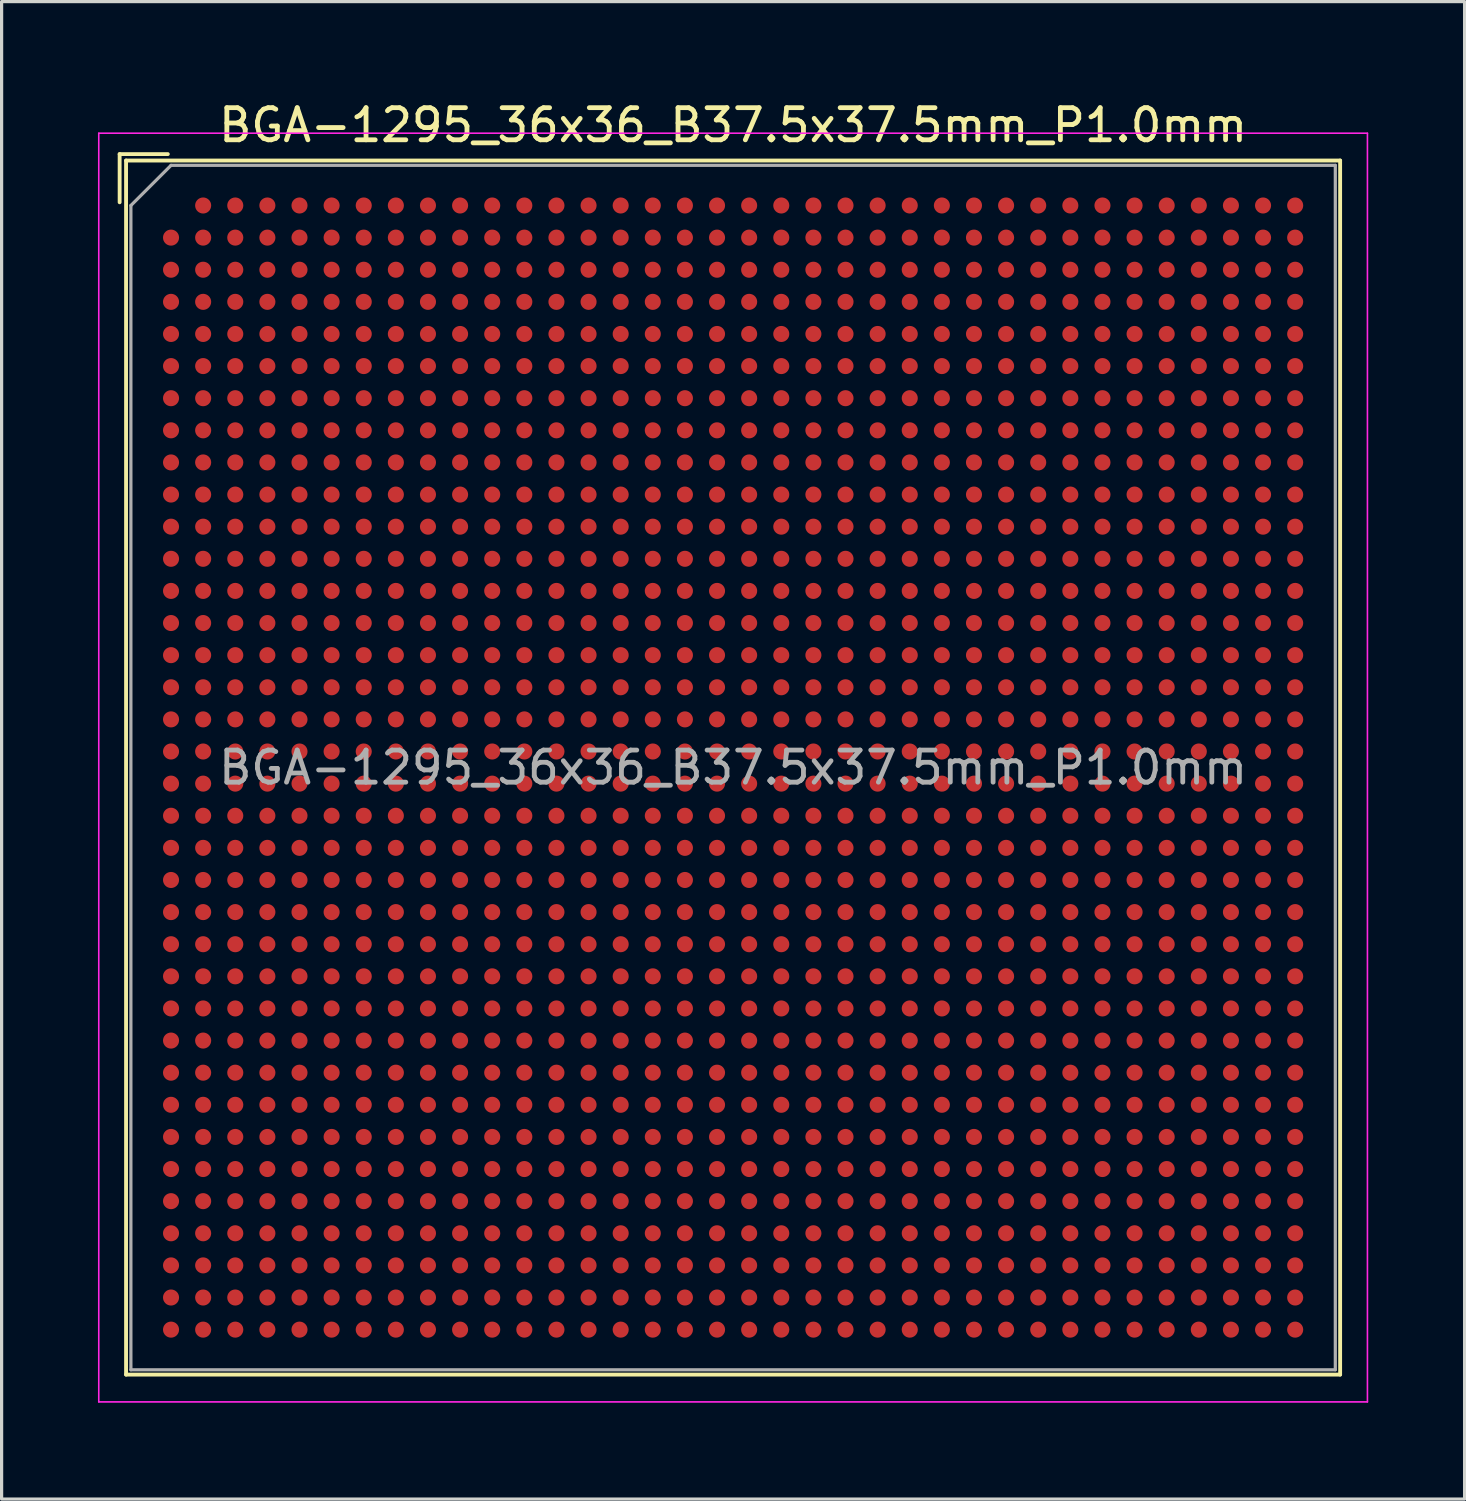
<source format=kicad_pcb>
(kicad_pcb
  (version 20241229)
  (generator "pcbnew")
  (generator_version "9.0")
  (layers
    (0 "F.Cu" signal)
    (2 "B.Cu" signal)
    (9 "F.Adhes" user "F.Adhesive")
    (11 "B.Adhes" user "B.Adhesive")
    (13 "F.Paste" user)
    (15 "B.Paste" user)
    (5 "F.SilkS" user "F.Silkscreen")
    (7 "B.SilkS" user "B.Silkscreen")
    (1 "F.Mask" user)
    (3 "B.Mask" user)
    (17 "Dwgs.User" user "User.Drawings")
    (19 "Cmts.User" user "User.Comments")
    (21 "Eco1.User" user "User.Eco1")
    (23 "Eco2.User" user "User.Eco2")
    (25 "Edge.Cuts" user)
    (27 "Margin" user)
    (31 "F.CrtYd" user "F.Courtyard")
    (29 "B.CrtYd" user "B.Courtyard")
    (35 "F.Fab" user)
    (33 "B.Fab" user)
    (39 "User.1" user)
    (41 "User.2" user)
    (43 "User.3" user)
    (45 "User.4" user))
  (footprint "BGA-1295_36x36_B37.5x37.5mm_P1.0mm"
    (layer "F.Cu")
    (at 19.775 20.848)
    (property "Reference" "BGA-1295_36x36_B37.5x37.5mm_P1.0mm" (at 0 -20 0) (layer "F.SilkS") (effects (font (size 1 1) (thickness 0.15))))
    (attr smd)
    (fp_line (start -19.1 -19.1) (end -17.6 -19.1) (stroke (width 0.12) (type solid)) (layer "F.SilkS"))
    (fp_line (start -19.1 -17.6) (end -19.1 -19.1) (stroke (width 0.12) (type solid)) (layer "F.SilkS"))
    (fp_line (start -18.9 -18.9) (end 18.9 -18.9) (stroke (width 0.12) (type solid)) (layer "F.SilkS"))
    (fp_line (start -18.9 18.9) (end -18.9 -18.9) (stroke (width 0.12) (type solid)) (layer "F.SilkS"))
    (fp_line (start 18.9 -18.9) (end 18.9 18.9) (stroke (width 0.12) (type solid)) (layer "F.SilkS"))
    (fp_line (start 18.9 18.9) (end -18.9 18.9) (stroke (width 0.12) (type solid)) (layer "F.SilkS"))
    (fp_line (start -19.75 -19.75) (end -19.75 19.75) (stroke (width 0.05) (type solid)) (layer "F.CrtYd"))
    (fp_line (start -19.75 -19.75) (end 19.75 -19.75) (stroke (width 0.05) (type solid)) (layer "F.CrtYd"))
    (fp_line (start 19.75 19.75) (end -19.75 19.75) (stroke (width 0.05) (type solid)) (layer "F.CrtYd"))
    (fp_line (start 19.75 19.75) (end 19.75 -19.75) (stroke (width 0.05) (type solid)) (layer "F.CrtYd"))
    (fp_line (start -18.75 -17.5) (end -17.5 -18.75) (stroke (width 0.1) (type solid)) (layer "F.Fab"))
    (fp_line (start -18.75 18.75) (end -18.75 -17.5) (stroke (width 0.1) (type solid)) (layer "F.Fab"))
    (fp_line (start -17.5 -18.75) (end 18.75 -18.75) (stroke (width 0.1) (type solid)) (layer "F.Fab"))
    (fp_line (start 18.75 -18.75) (end 18.75 18.75) (stroke (width 0.1) (type solid)) (layer "F.Fab"))
    (fp_line (start 18.75 18.75) (end -18.75 18.75) (stroke (width 0.1) (type solid)) (layer "F.Fab"))
    (fp_text user "${REFERENCE}" (at 0 0 0) (layer "F.Fab") (effects (font (size 1 1) (thickness 0.15))))
    (pad "A2" smd circle (at -16.5 -17.5) (size 0.5 0.5) (layers "F.Cu" "F.Mask" "F.Paste"))
    (pad "A3" smd circle (at -15.5 -17.5) (size 0.5 0.5) (layers "F.Cu" "F.Mask" "F.Paste"))
    (pad "A4" smd circle (at -14.5 -17.5) (size 0.5 0.5) (layers "F.Cu" "F.Mask" "F.Paste"))
    (pad "A5" smd circle (at -13.5 -17.5) (size 0.5 0.5) (layers "F.Cu" "F.Mask" "F.Paste"))
    (pad "A6" smd circle (at -12.5 -17.5) (size 0.5 0.5) (layers "F.Cu" "F.Mask" "F.Paste"))
    (pad "A7" smd circle (at -11.5 -17.5) (size 0.5 0.5) (layers "F.Cu" "F.Mask" "F.Paste"))
    (pad "A8" smd circle (at -10.5 -17.5) (size 0.5 0.5) (layers "F.Cu" "F.Mask" "F.Paste"))
    (pad "A9" smd circle (at -9.5 -17.5) (size 0.5 0.5) (layers "F.Cu" "F.Mask" "F.Paste"))
    (pad "A10" smd circle (at -8.5 -17.5) (size 0.5 0.5) (layers "F.Cu" "F.Mask" "F.Paste"))
    (pad "A11" smd circle (at -7.5 -17.5) (size 0.5 0.5) (layers "F.Cu" "F.Mask" "F.Paste"))
    (pad "A12" smd circle (at -6.5 -17.5) (size 0.5 0.5) (layers "F.Cu" "F.Mask" "F.Paste"))
    (pad "A13" smd circle (at -5.5 -17.5) (size 0.5 0.5) (layers "F.Cu" "F.Mask" "F.Paste"))
    (pad "A14" smd circle (at -4.5 -17.5) (size 0.5 0.5) (layers "F.Cu" "F.Mask" "F.Paste"))
    (pad "A15" smd circle (at -3.5 -17.5) (size 0.5 0.5) (layers "F.Cu" "F.Mask" "F.Paste"))
    (pad "A16" smd circle (at -2.5 -17.5) (size 0.5 0.5) (layers "F.Cu" "F.Mask" "F.Paste"))
    (pad "A17" smd circle (at -1.5 -17.5) (size 0.5 0.5) (layers "F.Cu" "F.Mask" "F.Paste"))
    (pad "A18" smd circle (at -0.5 -17.5) (size 0.5 0.5) (layers "F.Cu" "F.Mask" "F.Paste"))
    (pad "A19" smd circle (at 0.5 -17.5) (size 0.5 0.5) (layers "F.Cu" "F.Mask" "F.Paste"))
    (pad "A20" smd circle (at 1.5 -17.5) (size 0.5 0.5) (layers "F.Cu" "F.Mask" "F.Paste"))
    (pad "A21" smd circle (at 2.5 -17.5) (size 0.5 0.5) (layers "F.Cu" "F.Mask" "F.Paste"))
    (pad "A22" smd circle (at 3.5 -17.5) (size 0.5 0.5) (layers "F.Cu" "F.Mask" "F.Paste"))
    (pad "A23" smd circle (at 4.5 -17.5) (size 0.5 0.5) (layers "F.Cu" "F.Mask" "F.Paste"))
    (pad "A24" smd circle (at 5.5 -17.5) (size 0.5 0.5) (layers "F.Cu" "F.Mask" "F.Paste"))
    (pad "A25" smd circle (at 6.5 -17.5) (size 0.5 0.5) (layers "F.Cu" "F.Mask" "F.Paste"))
    (pad "A26" smd circle (at 7.5 -17.5) (size 0.5 0.5) (layers "F.Cu" "F.Mask" "F.Paste"))
    (pad "A27" smd circle (at 8.5 -17.5) (size 0.5 0.5) (layers "F.Cu" "F.Mask" "F.Paste"))
    (pad "A28" smd circle (at 9.5 -17.5) (size 0.5 0.5) (layers "F.Cu" "F.Mask" "F.Paste"))
    (pad "A29" smd circle (at 10.5 -17.5) (size 0.5 0.5) (layers "F.Cu" "F.Mask" "F.Paste"))
    (pad "A30" smd circle (at 11.5 -17.5) (size 0.5 0.5) (layers "F.Cu" "F.Mask" "F.Paste"))
    (pad "A31" smd circle (at 12.5 -17.5) (size 0.5 0.5) (layers "F.Cu" "F.Mask" "F.Paste"))
    (pad "A32" smd circle (at 13.5 -17.5) (size 0.5 0.5) (layers "F.Cu" "F.Mask" "F.Paste"))
    (pad "A33" smd circle (at 14.5 -17.5) (size 0.5 0.5) (layers "F.Cu" "F.Mask" "F.Paste"))
    (pad "A34" smd circle (at 15.5 -17.5) (size 0.5 0.5) (layers "F.Cu" "F.Mask" "F.Paste"))
    (pad "A35" smd circle (at 16.5 -17.5) (size 0.5 0.5) (layers "F.Cu" "F.Mask" "F.Paste"))
    (pad "A36" smd circle (at 17.5 -17.5) (size 0.5 0.5) (layers "F.Cu" "F.Mask" "F.Paste"))
    (pad "AA1" smd circle (at -17.5 2.5) (size 0.5 0.5) (layers "F.Cu" "F.Mask" "F.Paste"))
    (pad "AA2" smd circle (at -16.5 2.5) (size 0.5 0.5) (layers "F.Cu" "F.Mask" "F.Paste"))
    (pad "AA3" smd circle (at -15.5 2.5) (size 0.5 0.5) (layers "F.Cu" "F.Mask" "F.Paste"))
    (pad "AA4" smd circle (at -14.5 2.5) (size 0.5 0.5) (layers "F.Cu" "F.Mask" "F.Paste"))
    (pad "AA5" smd circle (at -13.5 2.5) (size 0.5 0.5) (layers "F.Cu" "F.Mask" "F.Paste"))
    (pad "AA6" smd circle (at -12.5 2.5) (size 0.5 0.5) (layers "F.Cu" "F.Mask" "F.Paste"))
    (pad "AA7" smd circle (at -11.5 2.5) (size 0.5 0.5) (layers "F.Cu" "F.Mask" "F.Paste"))
    (pad "AA8" smd circle (at -10.5 2.5) (size 0.5 0.5) (layers "F.Cu" "F.Mask" "F.Paste"))
    (pad "AA9" smd circle (at -9.5 2.5) (size 0.5 0.5) (layers "F.Cu" "F.Mask" "F.Paste"))
    (pad "AA10" smd circle (at -8.5 2.5) (size 0.5 0.5) (layers "F.Cu" "F.Mask" "F.Paste"))
    (pad "AA11" smd circle (at -7.5 2.5) (size 0.5 0.5) (layers "F.Cu" "F.Mask" "F.Paste"))
    (pad "AA12" smd circle (at -6.5 2.5) (size 0.5 0.5) (layers "F.Cu" "F.Mask" "F.Paste"))
    (pad "AA13" smd circle (at -5.5 2.5) (size 0.5 0.5) (layers "F.Cu" "F.Mask" "F.Paste"))
    (pad "AA14" smd circle (at -4.5 2.5) (size 0.5 0.5) (layers "F.Cu" "F.Mask" "F.Paste"))
    (pad "AA15" smd circle (at -3.5 2.5) (size 0.5 0.5) (layers "F.Cu" "F.Mask" "F.Paste"))
    (pad "AA16" smd circle (at -2.5 2.5) (size 0.5 0.5) (layers "F.Cu" "F.Mask" "F.Paste"))
    (pad "AA17" smd circle (at -1.5 2.5) (size 0.5 0.5) (layers "F.Cu" "F.Mask" "F.Paste"))
    (pad "AA18" smd circle (at -0.5 2.5) (size 0.5 0.5) (layers "F.Cu" "F.Mask" "F.Paste"))
    (pad "AA19" smd circle (at 0.5 2.5) (size 0.5 0.5) (layers "F.Cu" "F.Mask" "F.Paste"))
    (pad "AA20" smd circle (at 1.5 2.5) (size 0.5 0.5) (layers "F.Cu" "F.Mask" "F.Paste"))
    (pad "AA21" smd circle (at 2.5 2.5) (size 0.5 0.5) (layers "F.Cu" "F.Mask" "F.Paste"))
    (pad "AA22" smd circle (at 3.5 2.5) (size 0.5 0.5) (layers "F.Cu" "F.Mask" "F.Paste"))
    (pad "AA23" smd circle (at 4.5 2.5) (size 0.5 0.5) (layers "F.Cu" "F.Mask" "F.Paste"))
    (pad "AA24" smd circle (at 5.5 2.5) (size 0.5 0.5) (layers "F.Cu" "F.Mask" "F.Paste"))
    (pad "AA25" smd circle (at 6.5 2.5) (size 0.5 0.5) (layers "F.Cu" "F.Mask" "F.Paste"))
    (pad "AA26" smd circle (at 7.5 2.5) (size 0.5 0.5) (layers "F.Cu" "F.Mask" "F.Paste"))
    (pad "AA27" smd circle (at 8.5 2.5) (size 0.5 0.5) (layers "F.Cu" "F.Mask" "F.Paste"))
    (pad "AA28" smd circle (at 9.5 2.5) (size 0.5 0.5) (layers "F.Cu" "F.Mask" "F.Paste"))
    (pad "AA29" smd circle (at 10.5 2.5) (size 0.5 0.5) (layers "F.Cu" "F.Mask" "F.Paste"))
    (pad "AA30" smd circle (at 11.5 2.5) (size 0.5 0.5) (layers "F.Cu" "F.Mask" "F.Paste"))
    (pad "AA31" smd circle (at 12.5 2.5) (size 0.5 0.5) (layers "F.Cu" "F.Mask" "F.Paste"))
    (pad "AA32" smd circle (at 13.5 2.5) (size 0.5 0.5) (layers "F.Cu" "F.Mask" "F.Paste"))
    (pad "AA33" smd circle (at 14.5 2.5) (size 0.5 0.5) (layers "F.Cu" "F.Mask" "F.Paste"))
    (pad "AA34" smd circle (at 15.5 2.5) (size 0.5 0.5) (layers "F.Cu" "F.Mask" "F.Paste"))
    (pad "AA35" smd circle (at 16.5 2.5) (size 0.5 0.5) (layers "F.Cu" "F.Mask" "F.Paste"))
    (pad "AA36" smd circle (at 17.5 2.5) (size 0.5 0.5) (layers "F.Cu" "F.Mask" "F.Paste"))
    (pad "AB1" smd circle (at -17.5 3.5) (size 0.5 0.5) (layers "F.Cu" "F.Mask" "F.Paste"))
    (pad "AB2" smd circle (at -16.5 3.5) (size 0.5 0.5) (layers "F.Cu" "F.Mask" "F.Paste"))
    (pad "AB3" smd circle (at -15.5 3.5) (size 0.5 0.5) (layers "F.Cu" "F.Mask" "F.Paste"))
    (pad "AB4" smd circle (at -14.5 3.5) (size 0.5 0.5) (layers "F.Cu" "F.Mask" "F.Paste"))
    (pad "AB5" smd circle (at -13.5 3.5) (size 0.5 0.5) (layers "F.Cu" "F.Mask" "F.Paste"))
    (pad "AB6" smd circle (at -12.5 3.5) (size 0.5 0.5) (layers "F.Cu" "F.Mask" "F.Paste"))
    (pad "AB7" smd circle (at -11.5 3.5) (size 0.5 0.5) (layers "F.Cu" "F.Mask" "F.Paste"))
    (pad "AB8" smd circle (at -10.5 3.5) (size 0.5 0.5) (layers "F.Cu" "F.Mask" "F.Paste"))
    (pad "AB9" smd circle (at -9.5 3.5) (size 0.5 0.5) (layers "F.Cu" "F.Mask" "F.Paste"))
    (pad "AB10" smd circle (at -8.5 3.5) (size 0.5 0.5) (layers "F.Cu" "F.Mask" "F.Paste"))
    (pad "AB11" smd circle (at -7.5 3.5) (size 0.5 0.5) (layers "F.Cu" "F.Mask" "F.Paste"))
    (pad "AB12" smd circle (at -6.5 3.5) (size 0.5 0.5) (layers "F.Cu" "F.Mask" "F.Paste"))
    (pad "AB13" smd circle (at -5.5 3.5) (size 0.5 0.5) (layers "F.Cu" "F.Mask" "F.Paste"))
    (pad "AB14" smd circle (at -4.5 3.5) (size 0.5 0.5) (layers "F.Cu" "F.Mask" "F.Paste"))
    (pad "AB15" smd circle (at -3.5 3.5) (size 0.5 0.5) (layers "F.Cu" "F.Mask" "F.Paste"))
    (pad "AB16" smd circle (at -2.5 3.5) (size 0.5 0.5) (layers "F.Cu" "F.Mask" "F.Paste"))
    (pad "AB17" smd circle (at -1.5 3.5) (size 0.5 0.5) (layers "F.Cu" "F.Mask" "F.Paste"))
    (pad "AB18" smd circle (at -0.5 3.5) (size 0.5 0.5) (layers "F.Cu" "F.Mask" "F.Paste"))
    (pad "AB19" smd circle (at 0.5 3.5) (size 0.5 0.5) (layers "F.Cu" "F.Mask" "F.Paste"))
    (pad "AB20" smd circle (at 1.5 3.5) (size 0.5 0.5) (layers "F.Cu" "F.Mask" "F.Paste"))
    (pad "AB21" smd circle (at 2.5 3.5) (size 0.5 0.5) (layers "F.Cu" "F.Mask" "F.Paste"))
    (pad "AB22" smd circle (at 3.5 3.5) (size 0.5 0.5) (layers "F.Cu" "F.Mask" "F.Paste"))
    (pad "AB23" smd circle (at 4.5 3.5) (size 0.5 0.5) (layers "F.Cu" "F.Mask" "F.Paste"))
    (pad "AB24" smd circle (at 5.5 3.5) (size 0.5 0.5) (layers "F.Cu" "F.Mask" "F.Paste"))
    (pad "AB25" smd circle (at 6.5 3.5) (size 0.5 0.5) (layers "F.Cu" "F.Mask" "F.Paste"))
    (pad "AB26" smd circle (at 7.5 3.5) (size 0.5 0.5) (layers "F.Cu" "F.Mask" "F.Paste"))
    (pad "AB27" smd circle (at 8.5 3.5) (size 0.5 0.5) (layers "F.Cu" "F.Mask" "F.Paste"))
    (pad "AB28" smd circle (at 9.5 3.5) (size 0.5 0.5) (layers "F.Cu" "F.Mask" "F.Paste"))
    (pad "AB29" smd circle (at 10.5 3.5) (size 0.5 0.5) (layers "F.Cu" "F.Mask" "F.Paste"))
    (pad "AB30" smd circle (at 11.5 3.5) (size 0.5 0.5) (layers "F.Cu" "F.Mask" "F.Paste"))
    (pad "AB31" smd circle (at 12.5 3.5) (size 0.5 0.5) (layers "F.Cu" "F.Mask" "F.Paste"))
    (pad "AB32" smd circle (at 13.5 3.5) (size 0.5 0.5) (layers "F.Cu" "F.Mask" "F.Paste"))
    (pad "AB33" smd circle (at 14.5 3.5) (size 0.5 0.5) (layers "F.Cu" "F.Mask" "F.Paste"))
    (pad "AB34" smd circle (at 15.5 3.5) (size 0.5 0.5) (layers "F.Cu" "F.Mask" "F.Paste"))
    (pad "AB35" smd circle (at 16.5 3.5) (size 0.5 0.5) (layers "F.Cu" "F.Mask" "F.Paste"))
    (pad "AB36" smd circle (at 17.5 3.5) (size 0.5 0.5) (layers "F.Cu" "F.Mask" "F.Paste"))
    (pad "AC1" smd circle (at -17.5 4.5) (size 0.5 0.5) (layers "F.Cu" "F.Mask" "F.Paste"))
    (pad "AC2" smd circle (at -16.5 4.5) (size 0.5 0.5) (layers "F.Cu" "F.Mask" "F.Paste"))
    (pad "AC3" smd circle (at -15.5 4.5) (size 0.5 0.5) (layers "F.Cu" "F.Mask" "F.Paste"))
    (pad "AC4" smd circle (at -14.5 4.5) (size 0.5 0.5) (layers "F.Cu" "F.Mask" "F.Paste"))
    (pad "AC5" smd circle (at -13.5 4.5) (size 0.5 0.5) (layers "F.Cu" "F.Mask" "F.Paste"))
    (pad "AC6" smd circle (at -12.5 4.5) (size 0.5 0.5) (layers "F.Cu" "F.Mask" "F.Paste"))
    (pad "AC7" smd circle (at -11.5 4.5) (size 0.5 0.5) (layers "F.Cu" "F.Mask" "F.Paste"))
    (pad "AC8" smd circle (at -10.5 4.5) (size 0.5 0.5) (layers "F.Cu" "F.Mask" "F.Paste"))
    (pad "AC9" smd circle (at -9.5 4.5) (size 0.5 0.5) (layers "F.Cu" "F.Mask" "F.Paste"))
    (pad "AC10" smd circle (at -8.5 4.5) (size 0.5 0.5) (layers "F.Cu" "F.Mask" "F.Paste"))
    (pad "AC11" smd circle (at -7.5 4.5) (size 0.5 0.5) (layers "F.Cu" "F.Mask" "F.Paste"))
    (pad "AC12" smd circle (at -6.5 4.5) (size 0.5 0.5) (layers "F.Cu" "F.Mask" "F.Paste"))
    (pad "AC13" smd circle (at -5.5 4.5) (size 0.5 0.5) (layers "F.Cu" "F.Mask" "F.Paste"))
    (pad "AC14" smd circle (at -4.5 4.5) (size 0.5 0.5) (layers "F.Cu" "F.Mask" "F.Paste"))
    (pad "AC15" smd circle (at -3.5 4.5) (size 0.5 0.5) (layers "F.Cu" "F.Mask" "F.Paste"))
    (pad "AC16" smd circle (at -2.5 4.5) (size 0.5 0.5) (layers "F.Cu" "F.Mask" "F.Paste"))
    (pad "AC17" smd circle (at -1.5 4.5) (size 0.5 0.5) (layers "F.Cu" "F.Mask" "F.Paste"))
    (pad "AC18" smd circle (at -0.5 4.5) (size 0.5 0.5) (layers "F.Cu" "F.Mask" "F.Paste"))
    (pad "AC19" smd circle (at 0.5 4.5) (size 0.5 0.5) (layers "F.Cu" "F.Mask" "F.Paste"))
    (pad "AC20" smd circle (at 1.5 4.5) (size 0.5 0.5) (layers "F.Cu" "F.Mask" "F.Paste"))
    (pad "AC21" smd circle (at 2.5 4.5) (size 0.5 0.5) (layers "F.Cu" "F.Mask" "F.Paste"))
    (pad "AC22" smd circle (at 3.5 4.5) (size 0.5 0.5) (layers "F.Cu" "F.Mask" "F.Paste"))
    (pad "AC23" smd circle (at 4.5 4.5) (size 0.5 0.5) (layers "F.Cu" "F.Mask" "F.Paste"))
    (pad "AC24" smd circle (at 5.5 4.5) (size 0.5 0.5) (layers "F.Cu" "F.Mask" "F.Paste"))
    (pad "AC25" smd circle (at 6.5 4.5) (size 0.5 0.5) (layers "F.Cu" "F.Mask" "F.Paste"))
    (pad "AC26" smd circle (at 7.5 4.5) (size 0.5 0.5) (layers "F.Cu" "F.Mask" "F.Paste"))
    (pad "AC27" smd circle (at 8.5 4.5) (size 0.5 0.5) (layers "F.Cu" "F.Mask" "F.Paste"))
    (pad "AC28" smd circle (at 9.5 4.5) (size 0.5 0.5) (layers "F.Cu" "F.Mask" "F.Paste"))
    (pad "AC29" smd circle (at 10.5 4.5) (size 0.5 0.5) (layers "F.Cu" "F.Mask" "F.Paste"))
    (pad "AC30" smd circle (at 11.5 4.5) (size 0.5 0.5) (layers "F.Cu" "F.Mask" "F.Paste"))
    (pad "AC31" smd circle (at 12.5 4.5) (size 0.5 0.5) (layers "F.Cu" "F.Mask" "F.Paste"))
    (pad "AC32" smd circle (at 13.5 4.5) (size 0.5 0.5) (layers "F.Cu" "F.Mask" "F.Paste"))
    (pad "AC33" smd circle (at 14.5 4.5) (size 0.5 0.5) (layers "F.Cu" "F.Mask" "F.Paste"))
    (pad "AC34" smd circle (at 15.5 4.5) (size 0.5 0.5) (layers "F.Cu" "F.Mask" "F.Paste"))
    (pad "AC35" smd circle (at 16.5 4.5) (size 0.5 0.5) (layers "F.Cu" "F.Mask" "F.Paste"))
    (pad "AC36" smd circle (at 17.5 4.5) (size 0.5 0.5) (layers "F.Cu" "F.Mask" "F.Paste"))
    (pad "AD1" smd circle (at -17.5 5.5) (size 0.5 0.5) (layers "F.Cu" "F.Mask" "F.Paste"))
    (pad "AD2" smd circle (at -16.5 5.5) (size 0.5 0.5) (layers "F.Cu" "F.Mask" "F.Paste"))
    (pad "AD3" smd circle (at -15.5 5.5) (size 0.5 0.5) (layers "F.Cu" "F.Mask" "F.Paste"))
    (pad "AD4" smd circle (at -14.5 5.5) (size 0.5 0.5) (layers "F.Cu" "F.Mask" "F.Paste"))
    (pad "AD5" smd circle (at -13.5 5.5) (size 0.5 0.5) (layers "F.Cu" "F.Mask" "F.Paste"))
    (pad "AD6" smd circle (at -12.5 5.5) (size 0.5 0.5) (layers "F.Cu" "F.Mask" "F.Paste"))
    (pad "AD7" smd circle (at -11.5 5.5) (size 0.5 0.5) (layers "F.Cu" "F.Mask" "F.Paste"))
    (pad "AD8" smd circle (at -10.5 5.5) (size 0.5 0.5) (layers "F.Cu" "F.Mask" "F.Paste"))
    (pad "AD9" smd circle (at -9.5 5.5) (size 0.5 0.5) (layers "F.Cu" "F.Mask" "F.Paste"))
    (pad "AD10" smd circle (at -8.5 5.5) (size 0.5 0.5) (layers "F.Cu" "F.Mask" "F.Paste"))
    (pad "AD11" smd circle (at -7.5 5.5) (size 0.5 0.5) (layers "F.Cu" "F.Mask" "F.Paste"))
    (pad "AD12" smd circle (at -6.5 5.5) (size 0.5 0.5) (layers "F.Cu" "F.Mask" "F.Paste"))
    (pad "AD13" smd circle (at -5.5 5.5) (size 0.5 0.5) (layers "F.Cu" "F.Mask" "F.Paste"))
    (pad "AD14" smd circle (at -4.5 5.5) (size 0.5 0.5) (layers "F.Cu" "F.Mask" "F.Paste"))
    (pad "AD15" smd circle (at -3.5 5.5) (size 0.5 0.5) (layers "F.Cu" "F.Mask" "F.Paste"))
    (pad "AD16" smd circle (at -2.5 5.5) (size 0.5 0.5) (layers "F.Cu" "F.Mask" "F.Paste"))
    (pad "AD17" smd circle (at -1.5 5.5) (size 0.5 0.5) (layers "F.Cu" "F.Mask" "F.Paste"))
    (pad "AD18" smd circle (at -0.5 5.5) (size 0.5 0.5) (layers "F.Cu" "F.Mask" "F.Paste"))
    (pad "AD19" smd circle (at 0.5 5.5) (size 0.5 0.5) (layers "F.Cu" "F.Mask" "F.Paste"))
    (pad "AD20" smd circle (at 1.5 5.5) (size 0.5 0.5) (layers "F.Cu" "F.Mask" "F.Paste"))
    (pad "AD21" smd circle (at 2.5 5.5) (size 0.5 0.5) (layers "F.Cu" "F.Mask" "F.Paste"))
    (pad "AD22" smd circle (at 3.5 5.5) (size 0.5 0.5) (layers "F.Cu" "F.Mask" "F.Paste"))
    (pad "AD23" smd circle (at 4.5 5.5) (size 0.5 0.5) (layers "F.Cu" "F.Mask" "F.Paste"))
    (pad "AD24" smd circle (at 5.5 5.5) (size 0.5 0.5) (layers "F.Cu" "F.Mask" "F.Paste"))
    (pad "AD25" smd circle (at 6.5 5.5) (size 0.5 0.5) (layers "F.Cu" "F.Mask" "F.Paste"))
    (pad "AD26" smd circle (at 7.5 5.5) (size 0.5 0.5) (layers "F.Cu" "F.Mask" "F.Paste"))
    (pad "AD27" smd circle (at 8.5 5.5) (size 0.5 0.5) (layers "F.Cu" "F.Mask" "F.Paste"))
    (pad "AD28" smd circle (at 9.5 5.5) (size 0.5 0.5) (layers "F.Cu" "F.Mask" "F.Paste"))
    (pad "AD29" smd circle (at 10.5 5.5) (size 0.5 0.5) (layers "F.Cu" "F.Mask" "F.Paste"))
    (pad "AD30" smd circle (at 11.5 5.5) (size 0.5 0.5) (layers "F.Cu" "F.Mask" "F.Paste"))
    (pad "AD31" smd circle (at 12.5 5.5) (size 0.5 0.5) (layers "F.Cu" "F.Mask" "F.Paste"))
    (pad "AD32" smd circle (at 13.5 5.5) (size 0.5 0.5) (layers "F.Cu" "F.Mask" "F.Paste"))
    (pad "AD33" smd circle (at 14.5 5.5) (size 0.5 0.5) (layers "F.Cu" "F.Mask" "F.Paste"))
    (pad "AD34" smd circle (at 15.5 5.5) (size 0.5 0.5) (layers "F.Cu" "F.Mask" "F.Paste"))
    (pad "AD35" smd circle (at 16.5 5.5) (size 0.5 0.5) (layers "F.Cu" "F.Mask" "F.Paste"))
    (pad "AD36" smd circle (at 17.5 5.5) (size 0.5 0.5) (layers "F.Cu" "F.Mask" "F.Paste"))
    (pad "AE1" smd circle (at -17.5 6.5) (size 0.5 0.5) (layers "F.Cu" "F.Mask" "F.Paste"))
    (pad "AE2" smd circle (at -16.5 6.5) (size 0.5 0.5) (layers "F.Cu" "F.Mask" "F.Paste"))
    (pad "AE3" smd circle (at -15.5 6.5) (size 0.5 0.5) (layers "F.Cu" "F.Mask" "F.Paste"))
    (pad "AE4" smd circle (at -14.5 6.5) (size 0.5 0.5) (layers "F.Cu" "F.Mask" "F.Paste"))
    (pad "AE5" smd circle (at -13.5 6.5) (size 0.5 0.5) (layers "F.Cu" "F.Mask" "F.Paste"))
    (pad "AE6" smd circle (at -12.5 6.5) (size 0.5 0.5) (layers "F.Cu" "F.Mask" "F.Paste"))
    (pad "AE7" smd circle (at -11.5 6.5) (size 0.5 0.5) (layers "F.Cu" "F.Mask" "F.Paste"))
    (pad "AE8" smd circle (at -10.5 6.5) (size 0.5 0.5) (layers "F.Cu" "F.Mask" "F.Paste"))
    (pad "AE9" smd circle (at -9.5 6.5) (size 0.5 0.5) (layers "F.Cu" "F.Mask" "F.Paste"))
    (pad "AE10" smd circle (at -8.5 6.5) (size 0.5 0.5) (layers "F.Cu" "F.Mask" "F.Paste"))
    (pad "AE11" smd circle (at -7.5 6.5) (size 0.5 0.5) (layers "F.Cu" "F.Mask" "F.Paste"))
    (pad "AE12" smd circle (at -6.5 6.5) (size 0.5 0.5) (layers "F.Cu" "F.Mask" "F.Paste"))
    (pad "AE13" smd circle (at -5.5 6.5) (size 0.5 0.5) (layers "F.Cu" "F.Mask" "F.Paste"))
    (pad "AE14" smd circle (at -4.5 6.5) (size 0.5 0.5) (layers "F.Cu" "F.Mask" "F.Paste"))
    (pad "AE15" smd circle (at -3.5 6.5) (size 0.5 0.5) (layers "F.Cu" "F.Mask" "F.Paste"))
    (pad "AE16" smd circle (at -2.5 6.5) (size 0.5 0.5) (layers "F.Cu" "F.Mask" "F.Paste"))
    (pad "AE17" smd circle (at -1.5 6.5) (size 0.5 0.5) (layers "F.Cu" "F.Mask" "F.Paste"))
    (pad "AE18" smd circle (at -0.5 6.5) (size 0.5 0.5) (layers "F.Cu" "F.Mask" "F.Paste"))
    (pad "AE19" smd circle (at 0.5 6.5) (size 0.5 0.5) (layers "F.Cu" "F.Mask" "F.Paste"))
    (pad "AE20" smd circle (at 1.5 6.5) (size 0.5 0.5) (layers "F.Cu" "F.Mask" "F.Paste"))
    (pad "AE21" smd circle (at 2.5 6.5) (size 0.5 0.5) (layers "F.Cu" "F.Mask" "F.Paste"))
    (pad "AE22" smd circle (at 3.5 6.5) (size 0.5 0.5) (layers "F.Cu" "F.Mask" "F.Paste"))
    (pad "AE23" smd circle (at 4.5 6.5) (size 0.5 0.5) (layers "F.Cu" "F.Mask" "F.Paste"))
    (pad "AE24" smd circle (at 5.5 6.5) (size 0.5 0.5) (layers "F.Cu" "F.Mask" "F.Paste"))
    (pad "AE25" smd circle (at 6.5 6.5) (size 0.5 0.5) (layers "F.Cu" "F.Mask" "F.Paste"))
    (pad "AE26" smd circle (at 7.5 6.5) (size 0.5 0.5) (layers "F.Cu" "F.Mask" "F.Paste"))
    (pad "AE27" smd circle (at 8.5 6.5) (size 0.5 0.5) (layers "F.Cu" "F.Mask" "F.Paste"))
    (pad "AE28" smd circle (at 9.5 6.5) (size 0.5 0.5) (layers "F.Cu" "F.Mask" "F.Paste"))
    (pad "AE29" smd circle (at 10.5 6.5) (size 0.5 0.5) (layers "F.Cu" "F.Mask" "F.Paste"))
    (pad "AE30" smd circle (at 11.5 6.5) (size 0.5 0.5) (layers "F.Cu" "F.Mask" "F.Paste"))
    (pad "AE31" smd circle (at 12.5 6.5) (size 0.5 0.5) (layers "F.Cu" "F.Mask" "F.Paste"))
    (pad "AE32" smd circle (at 13.5 6.5) (size 0.5 0.5) (layers "F.Cu" "F.Mask" "F.Paste"))
    (pad "AE33" smd circle (at 14.5 6.5) (size 0.5 0.5) (layers "F.Cu" "F.Mask" "F.Paste"))
    (pad "AE34" smd circle (at 15.5 6.5) (size 0.5 0.5) (layers "F.Cu" "F.Mask" "F.Paste"))
    (pad "AE35" smd circle (at 16.5 6.5) (size 0.5 0.5) (layers "F.Cu" "F.Mask" "F.Paste"))
    (pad "AE36" smd circle (at 17.5 6.5) (size 0.5 0.5) (layers "F.Cu" "F.Mask" "F.Paste"))
    (pad "AF1" smd circle (at -17.5 7.5) (size 0.5 0.5) (layers "F.Cu" "F.Mask" "F.Paste"))
    (pad "AF2" smd circle (at -16.5 7.5) (size 0.5 0.5) (layers "F.Cu" "F.Mask" "F.Paste"))
    (pad "AF3" smd circle (at -15.5 7.5) (size 0.5 0.5) (layers "F.Cu" "F.Mask" "F.Paste"))
    (pad "AF4" smd circle (at -14.5 7.5) (size 0.5 0.5) (layers "F.Cu" "F.Mask" "F.Paste"))
    (pad "AF5" smd circle (at -13.5 7.5) (size 0.5 0.5) (layers "F.Cu" "F.Mask" "F.Paste"))
    (pad "AF6" smd circle (at -12.5 7.5) (size 0.5 0.5) (layers "F.Cu" "F.Mask" "F.Paste"))
    (pad "AF7" smd circle (at -11.5 7.5) (size 0.5 0.5) (layers "F.Cu" "F.Mask" "F.Paste"))
    (pad "AF8" smd circle (at -10.5 7.5) (size 0.5 0.5) (layers "F.Cu" "F.Mask" "F.Paste"))
    (pad "AF9" smd circle (at -9.5 7.5) (size 0.5 0.5) (layers "F.Cu" "F.Mask" "F.Paste"))
    (pad "AF10" smd circle (at -8.5 7.5) (size 0.5 0.5) (layers "F.Cu" "F.Mask" "F.Paste"))
    (pad "AF11" smd circle (at -7.5 7.5) (size 0.5 0.5) (layers "F.Cu" "F.Mask" "F.Paste"))
    (pad "AF12" smd circle (at -6.5 7.5) (size 0.5 0.5) (layers "F.Cu" "F.Mask" "F.Paste"))
    (pad "AF13" smd circle (at -5.5 7.5) (size 0.5 0.5) (layers "F.Cu" "F.Mask" "F.Paste"))
    (pad "AF14" smd circle (at -4.5 7.5) (size 0.5 0.5) (layers "F.Cu" "F.Mask" "F.Paste"))
    (pad "AF15" smd circle (at -3.5 7.5) (size 0.5 0.5) (layers "F.Cu" "F.Mask" "F.Paste"))
    (pad "AF16" smd circle (at -2.5 7.5) (size 0.5 0.5) (layers "F.Cu" "F.Mask" "F.Paste"))
    (pad "AF17" smd circle (at -1.5 7.5) (size 0.5 0.5) (layers "F.Cu" "F.Mask" "F.Paste"))
    (pad "AF18" smd circle (at -0.5 7.5) (size 0.5 0.5) (layers "F.Cu" "F.Mask" "F.Paste"))
    (pad "AF19" smd circle (at 0.5 7.5) (size 0.5 0.5) (layers "F.Cu" "F.Mask" "F.Paste"))
    (pad "AF20" smd circle (at 1.5 7.5) (size 0.5 0.5) (layers "F.Cu" "F.Mask" "F.Paste"))
    (pad "AF21" smd circle (at 2.5 7.5) (size 0.5 0.5) (layers "F.Cu" "F.Mask" "F.Paste"))
    (pad "AF22" smd circle (at 3.5 7.5) (size 0.5 0.5) (layers "F.Cu" "F.Mask" "F.Paste"))
    (pad "AF23" smd circle (at 4.5 7.5) (size 0.5 0.5) (layers "F.Cu" "F.Mask" "F.Paste"))
    (pad "AF24" smd circle (at 5.5 7.5) (size 0.5 0.5) (layers "F.Cu" "F.Mask" "F.Paste"))
    (pad "AF25" smd circle (at 6.5 7.5) (size 0.5 0.5) (layers "F.Cu" "F.Mask" "F.Paste"))
    (pad "AF26" smd circle (at 7.5 7.5) (size 0.5 0.5) (layers "F.Cu" "F.Mask" "F.Paste"))
    (pad "AF27" smd circle (at 8.5 7.5) (size 0.5 0.5) (layers "F.Cu" "F.Mask" "F.Paste"))
    (pad "AF28" smd circle (at 9.5 7.5) (size 0.5 0.5) (layers "F.Cu" "F.Mask" "F.Paste"))
    (pad "AF29" smd circle (at 10.5 7.5) (size 0.5 0.5) (layers "F.Cu" "F.Mask" "F.Paste"))
    (pad "AF30" smd circle (at 11.5 7.5) (size 0.5 0.5) (layers "F.Cu" "F.Mask" "F.Paste"))
    (pad "AF31" smd circle (at 12.5 7.5) (size 0.5 0.5) (layers "F.Cu" "F.Mask" "F.Paste"))
    (pad "AF32" smd circle (at 13.5 7.5) (size 0.5 0.5) (layers "F.Cu" "F.Mask" "F.Paste"))
    (pad "AF33" smd circle (at 14.5 7.5) (size 0.5 0.5) (layers "F.Cu" "F.Mask" "F.Paste"))
    (pad "AF34" smd circle (at 15.5 7.5) (size 0.5 0.5) (layers "F.Cu" "F.Mask" "F.Paste"))
    (pad "AF35" smd circle (at 16.5 7.5) (size 0.5 0.5) (layers "F.Cu" "F.Mask" "F.Paste"))
    (pad "AF36" smd circle (at 17.5 7.5) (size 0.5 0.5) (layers "F.Cu" "F.Mask" "F.Paste"))
    (pad "AG1" smd circle (at -17.5 8.5) (size 0.5 0.5) (layers "F.Cu" "F.Mask" "F.Paste"))
    (pad "AG2" smd circle (at -16.5 8.5) (size 0.5 0.5) (layers "F.Cu" "F.Mask" "F.Paste"))
    (pad "AG3" smd circle (at -15.5 8.5) (size 0.5 0.5) (layers "F.Cu" "F.Mask" "F.Paste"))
    (pad "AG4" smd circle (at -14.5 8.5) (size 0.5 0.5) (layers "F.Cu" "F.Mask" "F.Paste"))
    (pad "AG5" smd circle (at -13.5 8.5) (size 0.5 0.5) (layers "F.Cu" "F.Mask" "F.Paste"))
    (pad "AG6" smd circle (at -12.5 8.5) (size 0.5 0.5) (layers "F.Cu" "F.Mask" "F.Paste"))
    (pad "AG7" smd circle (at -11.5 8.5) (size 0.5 0.5) (layers "F.Cu" "F.Mask" "F.Paste"))
    (pad "AG8" smd circle (at -10.5 8.5) (size 0.5 0.5) (layers "F.Cu" "F.Mask" "F.Paste"))
    (pad "AG9" smd circle (at -9.5 8.5) (size 0.5 0.5) (layers "F.Cu" "F.Mask" "F.Paste"))
    (pad "AG10" smd circle (at -8.5 8.5) (size 0.5 0.5) (layers "F.Cu" "F.Mask" "F.Paste"))
    (pad "AG11" smd circle (at -7.5 8.5) (size 0.5 0.5) (layers "F.Cu" "F.Mask" "F.Paste"))
    (pad "AG12" smd circle (at -6.5 8.5) (size 0.5 0.5) (layers "F.Cu" "F.Mask" "F.Paste"))
    (pad "AG13" smd circle (at -5.5 8.5) (size 0.5 0.5) (layers "F.Cu" "F.Mask" "F.Paste"))
    (pad "AG14" smd circle (at -4.5 8.5) (size 0.5 0.5) (layers "F.Cu" "F.Mask" "F.Paste"))
    (pad "AG15" smd circle (at -3.5 8.5) (size 0.5 0.5) (layers "F.Cu" "F.Mask" "F.Paste"))
    (pad "AG16" smd circle (at -2.5 8.5) (size 0.5 0.5) (layers "F.Cu" "F.Mask" "F.Paste"))
    (pad "AG17" smd circle (at -1.5 8.5) (size 0.5 0.5) (layers "F.Cu" "F.Mask" "F.Paste"))
    (pad "AG18" smd circle (at -0.5 8.5) (size 0.5 0.5) (layers "F.Cu" "F.Mask" "F.Paste"))
    (pad "AG19" smd circle (at 0.5 8.5) (size 0.5 0.5) (layers "F.Cu" "F.Mask" "F.Paste"))
    (pad "AG20" smd circle (at 1.5 8.5) (size 0.5 0.5) (layers "F.Cu" "F.Mask" "F.Paste"))
    (pad "AG21" smd circle (at 2.5 8.5) (size 0.5 0.5) (layers "F.Cu" "F.Mask" "F.Paste"))
    (pad "AG22" smd circle (at 3.5 8.5) (size 0.5 0.5) (layers "F.Cu" "F.Mask" "F.Paste"))
    (pad "AG23" smd circle (at 4.5 8.5) (size 0.5 0.5) (layers "F.Cu" "F.Mask" "F.Paste"))
    (pad "AG24" smd circle (at 5.5 8.5) (size 0.5 0.5) (layers "F.Cu" "F.Mask" "F.Paste"))
    (pad "AG25" smd circle (at 6.5 8.5) (size 0.5 0.5) (layers "F.Cu" "F.Mask" "F.Paste"))
    (pad "AG26" smd circle (at 7.5 8.5) (size 0.5 0.5) (layers "F.Cu" "F.Mask" "F.Paste"))
    (pad "AG27" smd circle (at 8.5 8.5) (size 0.5 0.5) (layers "F.Cu" "F.Mask" "F.Paste"))
    (pad "AG28" smd circle (at 9.5 8.5) (size 0.5 0.5) (layers "F.Cu" "F.Mask" "F.Paste"))
    (pad "AG29" smd circle (at 10.5 8.5) (size 0.5 0.5) (layers "F.Cu" "F.Mask" "F.Paste"))
    (pad "AG30" smd circle (at 11.5 8.5) (size 0.5 0.5) (layers "F.Cu" "F.Mask" "F.Paste"))
    (pad "AG31" smd circle (at 12.5 8.5) (size 0.5 0.5) (layers "F.Cu" "F.Mask" "F.Paste"))
    (pad "AG32" smd circle (at 13.5 8.5) (size 0.5 0.5) (layers "F.Cu" "F.Mask" "F.Paste"))
    (pad "AG33" smd circle (at 14.5 8.5) (size 0.5 0.5) (layers "F.Cu" "F.Mask" "F.Paste"))
    (pad "AG34" smd circle (at 15.5 8.5) (size 0.5 0.5) (layers "F.Cu" "F.Mask" "F.Paste"))
    (pad "AG35" smd circle (at 16.5 8.5) (size 0.5 0.5) (layers "F.Cu" "F.Mask" "F.Paste"))
    (pad "AG36" smd circle (at 17.5 8.5) (size 0.5 0.5) (layers "F.Cu" "F.Mask" "F.Paste"))
    (pad "AH1" smd circle (at -17.5 9.5) (size 0.5 0.5) (layers "F.Cu" "F.Mask" "F.Paste"))
    (pad "AH2" smd circle (at -16.5 9.5) (size 0.5 0.5) (layers "F.Cu" "F.Mask" "F.Paste"))
    (pad "AH3" smd circle (at -15.5 9.5) (size 0.5 0.5) (layers "F.Cu" "F.Mask" "F.Paste"))
    (pad "AH4" smd circle (at -14.5 9.5) (size 0.5 0.5) (layers "F.Cu" "F.Mask" "F.Paste"))
    (pad "AH5" smd circle (at -13.5 9.5) (size 0.5 0.5) (layers "F.Cu" "F.Mask" "F.Paste"))
    (pad "AH6" smd circle (at -12.5 9.5) (size 0.5 0.5) (layers "F.Cu" "F.Mask" "F.Paste"))
    (pad "AH7" smd circle (at -11.5 9.5) (size 0.5 0.5) (layers "F.Cu" "F.Mask" "F.Paste"))
    (pad "AH8" smd circle (at -10.5 9.5) (size 0.5 0.5) (layers "F.Cu" "F.Mask" "F.Paste"))
    (pad "AH9" smd circle (at -9.5 9.5) (size 0.5 0.5) (layers "F.Cu" "F.Mask" "F.Paste"))
    (pad "AH10" smd circle (at -8.5 9.5) (size 0.5 0.5) (layers "F.Cu" "F.Mask" "F.Paste"))
    (pad "AH11" smd circle (at -7.5 9.5) (size 0.5 0.5) (layers "F.Cu" "F.Mask" "F.Paste"))
    (pad "AH12" smd circle (at -6.5 9.5) (size 0.5 0.5) (layers "F.Cu" "F.Mask" "F.Paste"))
    (pad "AH13" smd circle (at -5.5 9.5) (size 0.5 0.5) (layers "F.Cu" "F.Mask" "F.Paste"))
    (pad "AH14" smd circle (at -4.5 9.5) (size 0.5 0.5) (layers "F.Cu" "F.Mask" "F.Paste"))
    (pad "AH15" smd circle (at -3.5 9.5) (size 0.5 0.5) (layers "F.Cu" "F.Mask" "F.Paste"))
    (pad "AH16" smd circle (at -2.5 9.5) (size 0.5 0.5) (layers "F.Cu" "F.Mask" "F.Paste"))
    (pad "AH17" smd circle (at -1.5 9.5) (size 0.5 0.5) (layers "F.Cu" "F.Mask" "F.Paste"))
    (pad "AH18" smd circle (at -0.5 9.5) (size 0.5 0.5) (layers "F.Cu" "F.Mask" "F.Paste"))
    (pad "AH19" smd circle (at 0.5 9.5) (size 0.5 0.5) (layers "F.Cu" "F.Mask" "F.Paste"))
    (pad "AH20" smd circle (at 1.5 9.5) (size 0.5 0.5) (layers "F.Cu" "F.Mask" "F.Paste"))
    (pad "AH21" smd circle (at 2.5 9.5) (size 0.5 0.5) (layers "F.Cu" "F.Mask" "F.Paste"))
    (pad "AH22" smd circle (at 3.5 9.5) (size 0.5 0.5) (layers "F.Cu" "F.Mask" "F.Paste"))
    (pad "AH23" smd circle (at 4.5 9.5) (size 0.5 0.5) (layers "F.Cu" "F.Mask" "F.Paste"))
    (pad "AH24" smd circle (at 5.5 9.5) (size 0.5 0.5) (layers "F.Cu" "F.Mask" "F.Paste"))
    (pad "AH25" smd circle (at 6.5 9.5) (size 0.5 0.5) (layers "F.Cu" "F.Mask" "F.Paste"))
    (pad "AH26" smd circle (at 7.5 9.5) (size 0.5 0.5) (layers "F.Cu" "F.Mask" "F.Paste"))
    (pad "AH27" smd circle (at 8.5 9.5) (size 0.5 0.5) (layers "F.Cu" "F.Mask" "F.Paste"))
    (pad "AH28" smd circle (at 9.5 9.5) (size 0.5 0.5) (layers "F.Cu" "F.Mask" "F.Paste"))
    (pad "AH29" smd circle (at 10.5 9.5) (size 0.5 0.5) (layers "F.Cu" "F.Mask" "F.Paste"))
    (pad "AH30" smd circle (at 11.5 9.5) (size 0.5 0.5) (layers "F.Cu" "F.Mask" "F.Paste"))
    (pad "AH31" smd circle (at 12.5 9.5) (size 0.5 0.5) (layers "F.Cu" "F.Mask" "F.Paste"))
    (pad "AH32" smd circle (at 13.5 9.5) (size 0.5 0.5) (layers "F.Cu" "F.Mask" "F.Paste"))
    (pad "AH33" smd circle (at 14.5 9.5) (size 0.5 0.5) (layers "F.Cu" "F.Mask" "F.Paste"))
    (pad "AH34" smd circle (at 15.5 9.5) (size 0.5 0.5) (layers "F.Cu" "F.Mask" "F.Paste"))
    (pad "AH35" smd circle (at 16.5 9.5) (size 0.5 0.5) (layers "F.Cu" "F.Mask" "F.Paste"))
    (pad "AH36" smd circle (at 17.5 9.5) (size 0.5 0.5) (layers "F.Cu" "F.Mask" "F.Paste"))
    (pad "AJ1" smd circle (at -17.5 10.5) (size 0.5 0.5) (layers "F.Cu" "F.Mask" "F.Paste"))
    (pad "AJ2" smd circle (at -16.5 10.5) (size 0.5 0.5) (layers "F.Cu" "F.Mask" "F.Paste"))
    (pad "AJ3" smd circle (at -15.5 10.5) (size 0.5 0.5) (layers "F.Cu" "F.Mask" "F.Paste"))
    (pad "AJ4" smd circle (at -14.5 10.5) (size 0.5 0.5) (layers "F.Cu" "F.Mask" "F.Paste"))
    (pad "AJ5" smd circle (at -13.5 10.5) (size 0.5 0.5) (layers "F.Cu" "F.Mask" "F.Paste"))
    (pad "AJ6" smd circle (at -12.5 10.5) (size 0.5 0.5) (layers "F.Cu" "F.Mask" "F.Paste"))
    (pad "AJ7" smd circle (at -11.5 10.5) (size 0.5 0.5) (layers "F.Cu" "F.Mask" "F.Paste"))
    (pad "AJ8" smd circle (at -10.5 10.5) (size 0.5 0.5) (layers "F.Cu" "F.Mask" "F.Paste"))
    (pad "AJ9" smd circle (at -9.5 10.5) (size 0.5 0.5) (layers "F.Cu" "F.Mask" "F.Paste"))
    (pad "AJ10" smd circle (at -8.5 10.5) (size 0.5 0.5) (layers "F.Cu" "F.Mask" "F.Paste"))
    (pad "AJ11" smd circle (at -7.5 10.5) (size 0.5 0.5) (layers "F.Cu" "F.Mask" "F.Paste"))
    (pad "AJ12" smd circle (at -6.5 10.5) (size 0.5 0.5) (layers "F.Cu" "F.Mask" "F.Paste"))
    (pad "AJ13" smd circle (at -5.5 10.5) (size 0.5 0.5) (layers "F.Cu" "F.Mask" "F.Paste"))
    (pad "AJ14" smd circle (at -4.5 10.5) (size 0.5 0.5) (layers "F.Cu" "F.Mask" "F.Paste"))
    (pad "AJ15" smd circle (at -3.5 10.5) (size 0.5 0.5) (layers "F.Cu" "F.Mask" "F.Paste"))
    (pad "AJ16" smd circle (at -2.5 10.5) (size 0.5 0.5) (layers "F.Cu" "F.Mask" "F.Paste"))
    (pad "AJ17" smd circle (at -1.5 10.5) (size 0.5 0.5) (layers "F.Cu" "F.Mask" "F.Paste"))
    (pad "AJ18" smd circle (at -0.5 10.5) (size 0.5 0.5) (layers "F.Cu" "F.Mask" "F.Paste"))
    (pad "AJ19" smd circle (at 0.5 10.5) (size 0.5 0.5) (layers "F.Cu" "F.Mask" "F.Paste"))
    (pad "AJ20" smd circle (at 1.5 10.5) (size 0.5 0.5) (layers "F.Cu" "F.Mask" "F.Paste"))
    (pad "AJ21" smd circle (at 2.5 10.5) (size 0.5 0.5) (layers "F.Cu" "F.Mask" "F.Paste"))
    (pad "AJ22" smd circle (at 3.5 10.5) (size 0.5 0.5) (layers "F.Cu" "F.Mask" "F.Paste"))
    (pad "AJ23" smd circle (at 4.5 10.5) (size 0.5 0.5) (layers "F.Cu" "F.Mask" "F.Paste"))
    (pad "AJ24" smd circle (at 5.5 10.5) (size 0.5 0.5) (layers "F.Cu" "F.Mask" "F.Paste"))
    (pad "AJ25" smd circle (at 6.5 10.5) (size 0.5 0.5) (layers "F.Cu" "F.Mask" "F.Paste"))
    (pad "AJ26" smd circle (at 7.5 10.5) (size 0.5 0.5) (layers "F.Cu" "F.Mask" "F.Paste"))
    (pad "AJ27" smd circle (at 8.5 10.5) (size 0.5 0.5) (layers "F.Cu" "F.Mask" "F.Paste"))
    (pad "AJ28" smd circle (at 9.5 10.5) (size 0.5 0.5) (layers "F.Cu" "F.Mask" "F.Paste"))
    (pad "AJ29" smd circle (at 10.5 10.5) (size 0.5 0.5) (layers "F.Cu" "F.Mask" "F.Paste"))
    (pad "AJ30" smd circle (at 11.5 10.5) (size 0.5 0.5) (layers "F.Cu" "F.Mask" "F.Paste"))
    (pad "AJ31" smd circle (at 12.5 10.5) (size 0.5 0.5) (layers "F.Cu" "F.Mask" "F.Paste"))
    (pad "AJ32" smd circle (at 13.5 10.5) (size 0.5 0.5) (layers "F.Cu" "F.Mask" "F.Paste"))
    (pad "AJ33" smd circle (at 14.5 10.5) (size 0.5 0.5) (layers "F.Cu" "F.Mask" "F.Paste"))
    (pad "AJ34" smd circle (at 15.5 10.5) (size 0.5 0.5) (layers "F.Cu" "F.Mask" "F.Paste"))
    (pad "AJ35" smd circle (at 16.5 10.5) (size 0.5 0.5) (layers "F.Cu" "F.Mask" "F.Paste"))
    (pad "AJ36" smd circle (at 17.5 10.5) (size 0.5 0.5) (layers "F.Cu" "F.Mask" "F.Paste"))
    (pad "AK1" smd circle (at -17.5 11.5) (size 0.5 0.5) (layers "F.Cu" "F.Mask" "F.Paste"))
    (pad "AK2" smd circle (at -16.5 11.5) (size 0.5 0.5) (layers "F.Cu" "F.Mask" "F.Paste"))
    (pad "AK3" smd circle (at -15.5 11.5) (size 0.5 0.5) (layers "F.Cu" "F.Mask" "F.Paste"))
    (pad "AK4" smd circle (at -14.5 11.5) (size 0.5 0.5) (layers "F.Cu" "F.Mask" "F.Paste"))
    (pad "AK5" smd circle (at -13.5 11.5) (size 0.5 0.5) (layers "F.Cu" "F.Mask" "F.Paste"))
    (pad "AK6" smd circle (at -12.5 11.5) (size 0.5 0.5) (layers "F.Cu" "F.Mask" "F.Paste"))
    (pad "AK7" smd circle (at -11.5 11.5) (size 0.5 0.5) (layers "F.Cu" "F.Mask" "F.Paste"))
    (pad "AK8" smd circle (at -10.5 11.5) (size 0.5 0.5) (layers "F.Cu" "F.Mask" "F.Paste"))
    (pad "AK9" smd circle (at -9.5 11.5) (size 0.5 0.5) (layers "F.Cu" "F.Mask" "F.Paste"))
    (pad "AK10" smd circle (at -8.5 11.5) (size 0.5 0.5) (layers "F.Cu" "F.Mask" "F.Paste"))
    (pad "AK11" smd circle (at -7.5 11.5) (size 0.5 0.5) (layers "F.Cu" "F.Mask" "F.Paste"))
    (pad "AK12" smd circle (at -6.5 11.5) (size 0.5 0.5) (layers "F.Cu" "F.Mask" "F.Paste"))
    (pad "AK13" smd circle (at -5.5 11.5) (size 0.5 0.5) (layers "F.Cu" "F.Mask" "F.Paste"))
    (pad "AK14" smd circle (at -4.5 11.5) (size 0.5 0.5) (layers "F.Cu" "F.Mask" "F.Paste"))
    (pad "AK15" smd circle (at -3.5 11.5) (size 0.5 0.5) (layers "F.Cu" "F.Mask" "F.Paste"))
    (pad "AK16" smd circle (at -2.5 11.5) (size 0.5 0.5) (layers "F.Cu" "F.Mask" "F.Paste"))
    (pad "AK17" smd circle (at -1.5 11.5) (size 0.5 0.5) (layers "F.Cu" "F.Mask" "F.Paste"))
    (pad "AK18" smd circle (at -0.5 11.5) (size 0.5 0.5) (layers "F.Cu" "F.Mask" "F.Paste"))
    (pad "AK19" smd circle (at 0.5 11.5) (size 0.5 0.5) (layers "F.Cu" "F.Mask" "F.Paste"))
    (pad "AK20" smd circle (at 1.5 11.5) (size 0.5 0.5) (layers "F.Cu" "F.Mask" "F.Paste"))
    (pad "AK21" smd circle (at 2.5 11.5) (size 0.5 0.5) (layers "F.Cu" "F.Mask" "F.Paste"))
    (pad "AK22" smd circle (at 3.5 11.5) (size 0.5 0.5) (layers "F.Cu" "F.Mask" "F.Paste"))
    (pad "AK23" smd circle (at 4.5 11.5) (size 0.5 0.5) (layers "F.Cu" "F.Mask" "F.Paste"))
    (pad "AK24" smd circle (at 5.5 11.5) (size 0.5 0.5) (layers "F.Cu" "F.Mask" "F.Paste"))
    (pad "AK25" smd circle (at 6.5 11.5) (size 0.5 0.5) (layers "F.Cu" "F.Mask" "F.Paste"))
    (pad "AK26" smd circle (at 7.5 11.5) (size 0.5 0.5) (layers "F.Cu" "F.Mask" "F.Paste"))
    (pad "AK27" smd circle (at 8.5 11.5) (size 0.5 0.5) (layers "F.Cu" "F.Mask" "F.Paste"))
    (pad "AK28" smd circle (at 9.5 11.5) (size 0.5 0.5) (layers "F.Cu" "F.Mask" "F.Paste"))
    (pad "AK29" smd circle (at 10.5 11.5) (size 0.5 0.5) (layers "F.Cu" "F.Mask" "F.Paste"))
    (pad "AK30" smd circle (at 11.5 11.5) (size 0.5 0.5) (layers "F.Cu" "F.Mask" "F.Paste"))
    (pad "AK31" smd circle (at 12.5 11.5) (size 0.5 0.5) (layers "F.Cu" "F.Mask" "F.Paste"))
    (pad "AK32" smd circle (at 13.5 11.5) (size 0.5 0.5) (layers "F.Cu" "F.Mask" "F.Paste"))
    (pad "AK33" smd circle (at 14.5 11.5) (size 0.5 0.5) (layers "F.Cu" "F.Mask" "F.Paste"))
    (pad "AK34" smd circle (at 15.5 11.5) (size 0.5 0.5) (layers "F.Cu" "F.Mask" "F.Paste"))
    (pad "AK35" smd circle (at 16.5 11.5) (size 0.5 0.5) (layers "F.Cu" "F.Mask" "F.Paste"))
    (pad "AK36" smd circle (at 17.5 11.5) (size 0.5 0.5) (layers "F.Cu" "F.Mask" "F.Paste"))
    (pad "AL1" smd circle (at -17.5 12.5) (size 0.5 0.5) (layers "F.Cu" "F.Mask" "F.Paste"))
    (pad "AL2" smd circle (at -16.5 12.5) (size 0.5 0.5) (layers "F.Cu" "F.Mask" "F.Paste"))
    (pad "AL3" smd circle (at -15.5 12.5) (size 0.5 0.5) (layers "F.Cu" "F.Mask" "F.Paste"))
    (pad "AL4" smd circle (at -14.5 12.5) (size 0.5 0.5) (layers "F.Cu" "F.Mask" "F.Paste"))
    (pad "AL5" smd circle (at -13.5 12.5) (size 0.5 0.5) (layers "F.Cu" "F.Mask" "F.Paste"))
    (pad "AL6" smd circle (at -12.5 12.5) (size 0.5 0.5) (layers "F.Cu" "F.Mask" "F.Paste"))
    (pad "AL7" smd circle (at -11.5 12.5) (size 0.5 0.5) (layers "F.Cu" "F.Mask" "F.Paste"))
    (pad "AL8" smd circle (at -10.5 12.5) (size 0.5 0.5) (layers "F.Cu" "F.Mask" "F.Paste"))
    (pad "AL9" smd circle (at -9.5 12.5) (size 0.5 0.5) (layers "F.Cu" "F.Mask" "F.Paste"))
    (pad "AL10" smd circle (at -8.5 12.5) (size 0.5 0.5) (layers "F.Cu" "F.Mask" "F.Paste"))
    (pad "AL11" smd circle (at -7.5 12.5) (size 0.5 0.5) (layers "F.Cu" "F.Mask" "F.Paste"))
    (pad "AL12" smd circle (at -6.5 12.5) (size 0.5 0.5) (layers "F.Cu" "F.Mask" "F.Paste"))
    (pad "AL13" smd circle (at -5.5 12.5) (size 0.5 0.5) (layers "F.Cu" "F.Mask" "F.Paste"))
    (pad "AL14" smd circle (at -4.5 12.5) (size 0.5 0.5) (layers "F.Cu" "F.Mask" "F.Paste"))
    (pad "AL15" smd circle (at -3.5 12.5) (size 0.5 0.5) (layers "F.Cu" "F.Mask" "F.Paste"))
    (pad "AL16" smd circle (at -2.5 12.5) (size 0.5 0.5) (layers "F.Cu" "F.Mask" "F.Paste"))
    (pad "AL17" smd circle (at -1.5 12.5) (size 0.5 0.5) (layers "F.Cu" "F.Mask" "F.Paste"))
    (pad "AL18" smd circle (at -0.5 12.5) (size 0.5 0.5) (layers "F.Cu" "F.Mask" "F.Paste"))
    (pad "AL19" smd circle (at 0.5 12.5) (size 0.5 0.5) (layers "F.Cu" "F.Mask" "F.Paste"))
    (pad "AL20" smd circle (at 1.5 12.5) (size 0.5 0.5) (layers "F.Cu" "F.Mask" "F.Paste"))
    (pad "AL21" smd circle (at 2.5 12.5) (size 0.5 0.5) (layers "F.Cu" "F.Mask" "F.Paste"))
    (pad "AL22" smd circle (at 3.5 12.5) (size 0.5 0.5) (layers "F.Cu" "F.Mask" "F.Paste"))
    (pad "AL23" smd circle (at 4.5 12.5) (size 0.5 0.5) (layers "F.Cu" "F.Mask" "F.Paste"))
    (pad "AL24" smd circle (at 5.5 12.5) (size 0.5 0.5) (layers "F.Cu" "F.Mask" "F.Paste"))
    (pad "AL25" smd circle (at 6.5 12.5) (size 0.5 0.5) (layers "F.Cu" "F.Mask" "F.Paste"))
    (pad "AL26" smd circle (at 7.5 12.5) (size 0.5 0.5) (layers "F.Cu" "F.Mask" "F.Paste"))
    (pad "AL27" smd circle (at 8.5 12.5) (size 0.5 0.5) (layers "F.Cu" "F.Mask" "F.Paste"))
    (pad "AL28" smd circle (at 9.5 12.5) (size 0.5 0.5) (layers "F.Cu" "F.Mask" "F.Paste"))
    (pad "AL29" smd circle (at 10.5 12.5) (size 0.5 0.5) (layers "F.Cu" "F.Mask" "F.Paste"))
    (pad "AL30" smd circle (at 11.5 12.5) (size 0.5 0.5) (layers "F.Cu" "F.Mask" "F.Paste"))
    (pad "AL31" smd circle (at 12.5 12.5) (size 0.5 0.5) (layers "F.Cu" "F.Mask" "F.Paste"))
    (pad "AL32" smd circle (at 13.5 12.5) (size 0.5 0.5) (layers "F.Cu" "F.Mask" "F.Paste"))
    (pad "AL33" smd circle (at 14.5 12.5) (size 0.5 0.5) (layers "F.Cu" "F.Mask" "F.Paste"))
    (pad "AL34" smd circle (at 15.5 12.5) (size 0.5 0.5) (layers "F.Cu" "F.Mask" "F.Paste"))
    (pad "AL35" smd circle (at 16.5 12.5) (size 0.5 0.5) (layers "F.Cu" "F.Mask" "F.Paste"))
    (pad "AL36" smd circle (at 17.5 12.5) (size 0.5 0.5) (layers "F.Cu" "F.Mask" "F.Paste"))
    (pad "AM1" smd circle (at -17.5 13.5) (size 0.5 0.5) (layers "F.Cu" "F.Mask" "F.Paste"))
    (pad "AM2" smd circle (at -16.5 13.5) (size 0.5 0.5) (layers "F.Cu" "F.Mask" "F.Paste"))
    (pad "AM3" smd circle (at -15.5 13.5) (size 0.5 0.5) (layers "F.Cu" "F.Mask" "F.Paste"))
    (pad "AM4" smd circle (at -14.5 13.5) (size 0.5 0.5) (layers "F.Cu" "F.Mask" "F.Paste"))
    (pad "AM5" smd circle (at -13.5 13.5) (size 0.5 0.5) (layers "F.Cu" "F.Mask" "F.Paste"))
    (pad "AM6" smd circle (at -12.5 13.5) (size 0.5 0.5) (layers "F.Cu" "F.Mask" "F.Paste"))
    (pad "AM7" smd circle (at -11.5 13.5) (size 0.5 0.5) (layers "F.Cu" "F.Mask" "F.Paste"))
    (pad "AM8" smd circle (at -10.5 13.5) (size 0.5 0.5) (layers "F.Cu" "F.Mask" "F.Paste"))
    (pad "AM9" smd circle (at -9.5 13.5) (size 0.5 0.5) (layers "F.Cu" "F.Mask" "F.Paste"))
    (pad "AM10" smd circle (at -8.5 13.5) (size 0.5 0.5) (layers "F.Cu" "F.Mask" "F.Paste"))
    (pad "AM11" smd circle (at -7.5 13.5) (size 0.5 0.5) (layers "F.Cu" "F.Mask" "F.Paste"))
    (pad "AM12" smd circle (at -6.5 13.5) (size 0.5 0.5) (layers "F.Cu" "F.Mask" "F.Paste"))
    (pad "AM13" smd circle (at -5.5 13.5) (size 0.5 0.5) (layers "F.Cu" "F.Mask" "F.Paste"))
    (pad "AM14" smd circle (at -4.5 13.5) (size 0.5 0.5) (layers "F.Cu" "F.Mask" "F.Paste"))
    (pad "AM15" smd circle (at -3.5 13.5) (size 0.5 0.5) (layers "F.Cu" "F.Mask" "F.Paste"))
    (pad "AM16" smd circle (at -2.5 13.5) (size 0.5 0.5) (layers "F.Cu" "F.Mask" "F.Paste"))
    (pad "AM17" smd circle (at -1.5 13.5) (size 0.5 0.5) (layers "F.Cu" "F.Mask" "F.Paste"))
    (pad "AM18" smd circle (at -0.5 13.5) (size 0.5 0.5) (layers "F.Cu" "F.Mask" "F.Paste"))
    (pad "AM19" smd circle (at 0.5 13.5) (size 0.5 0.5) (layers "F.Cu" "F.Mask" "F.Paste"))
    (pad "AM20" smd circle (at 1.5 13.5) (size 0.5 0.5) (layers "F.Cu" "F.Mask" "F.Paste"))
    (pad "AM21" smd circle (at 2.5 13.5) (size 0.5 0.5) (layers "F.Cu" "F.Mask" "F.Paste"))
    (pad "AM22" smd circle (at 3.5 13.5) (size 0.5 0.5) (layers "F.Cu" "F.Mask" "F.Paste"))
    (pad "AM23" smd circle (at 4.5 13.5) (size 0.5 0.5) (layers "F.Cu" "F.Mask" "F.Paste"))
    (pad "AM24" smd circle (at 5.5 13.5) (size 0.5 0.5) (layers "F.Cu" "F.Mask" "F.Paste"))
    (pad "AM25" smd circle (at 6.5 13.5) (size 0.5 0.5) (layers "F.Cu" "F.Mask" "F.Paste"))
    (pad "AM26" smd circle (at 7.5 13.5) (size 0.5 0.5) (layers "F.Cu" "F.Mask" "F.Paste"))
    (pad "AM27" smd circle (at 8.5 13.5) (size 0.5 0.5) (layers "F.Cu" "F.Mask" "F.Paste"))
    (pad "AM28" smd circle (at 9.5 13.5) (size 0.5 0.5) (layers "F.Cu" "F.Mask" "F.Paste"))
    (pad "AM29" smd circle (at 10.5 13.5) (size 0.5 0.5) (layers "F.Cu" "F.Mask" "F.Paste"))
    (pad "AM30" smd circle (at 11.5 13.5) (size 0.5 0.5) (layers "F.Cu" "F.Mask" "F.Paste"))
    (pad "AM31" smd circle (at 12.5 13.5) (size 0.5 0.5) (layers "F.Cu" "F.Mask" "F.Paste"))
    (pad "AM32" smd circle (at 13.5 13.5) (size 0.5 0.5) (layers "F.Cu" "F.Mask" "F.Paste"))
    (pad "AM33" smd circle (at 14.5 13.5) (size 0.5 0.5) (layers "F.Cu" "F.Mask" "F.Paste"))
    (pad "AM34" smd circle (at 15.5 13.5) (size 0.5 0.5) (layers "F.Cu" "F.Mask" "F.Paste"))
    (pad "AM35" smd circle (at 16.5 13.5) (size 0.5 0.5) (layers "F.Cu" "F.Mask" "F.Paste"))
    (pad "AM36" smd circle (at 17.5 13.5) (size 0.5 0.5) (layers "F.Cu" "F.Mask" "F.Paste"))
    (pad "AN1" smd circle (at -17.5 14.5) (size 0.5 0.5) (layers "F.Cu" "F.Mask" "F.Paste"))
    (pad "AN2" smd circle (at -16.5 14.5) (size 0.5 0.5) (layers "F.Cu" "F.Mask" "F.Paste"))
    (pad "AN3" smd circle (at -15.5 14.5) (size 0.5 0.5) (layers "F.Cu" "F.Mask" "F.Paste"))
    (pad "AN4" smd circle (at -14.5 14.5) (size 0.5 0.5) (layers "F.Cu" "F.Mask" "F.Paste"))
    (pad "AN5" smd circle (at -13.5 14.5) (size 0.5 0.5) (layers "F.Cu" "F.Mask" "F.Paste"))
    (pad "AN6" smd circle (at -12.5 14.5) (size 0.5 0.5) (layers "F.Cu" "F.Mask" "F.Paste"))
    (pad "AN7" smd circle (at -11.5 14.5) (size 0.5 0.5) (layers "F.Cu" "F.Mask" "F.Paste"))
    (pad "AN8" smd circle (at -10.5 14.5) (size 0.5 0.5) (layers "F.Cu" "F.Mask" "F.Paste"))
    (pad "AN9" smd circle (at -9.5 14.5) (size 0.5 0.5) (layers "F.Cu" "F.Mask" "F.Paste"))
    (pad "AN10" smd circle (at -8.5 14.5) (size 0.5 0.5) (layers "F.Cu" "F.Mask" "F.Paste"))
    (pad "AN11" smd circle (at -7.5 14.5) (size 0.5 0.5) (layers "F.Cu" "F.Mask" "F.Paste"))
    (pad "AN12" smd circle (at -6.5 14.5) (size 0.5 0.5) (layers "F.Cu" "F.Mask" "F.Paste"))
    (pad "AN13" smd circle (at -5.5 14.5) (size 0.5 0.5) (layers "F.Cu" "F.Mask" "F.Paste"))
    (pad "AN14" smd circle (at -4.5 14.5) (size 0.5 0.5) (layers "F.Cu" "F.Mask" "F.Paste"))
    (pad "AN15" smd circle (at -3.5 14.5) (size 0.5 0.5) (layers "F.Cu" "F.Mask" "F.Paste"))
    (pad "AN16" smd circle (at -2.5 14.5) (size 0.5 0.5) (layers "F.Cu" "F.Mask" "F.Paste"))
    (pad "AN17" smd circle (at -1.5 14.5) (size 0.5 0.5) (layers "F.Cu" "F.Mask" "F.Paste"))
    (pad "AN18" smd circle (at -0.5 14.5) (size 0.5 0.5) (layers "F.Cu" "F.Mask" "F.Paste"))
    (pad "AN19" smd circle (at 0.5 14.5) (size 0.5 0.5) (layers "F.Cu" "F.Mask" "F.Paste"))
    (pad "AN20" smd circle (at 1.5 14.5) (size 0.5 0.5) (layers "F.Cu" "F.Mask" "F.Paste"))
    (pad "AN21" smd circle (at 2.5 14.5) (size 0.5 0.5) (layers "F.Cu" "F.Mask" "F.Paste"))
    (pad "AN22" smd circle (at 3.5 14.5) (size 0.5 0.5) (layers "F.Cu" "F.Mask" "F.Paste"))
    (pad "AN23" smd circle (at 4.5 14.5) (size 0.5 0.5) (layers "F.Cu" "F.Mask" "F.Paste"))
    (pad "AN24" smd circle (at 5.5 14.5) (size 0.5 0.5) (layers "F.Cu" "F.Mask" "F.Paste"))
    (pad "AN25" smd circle (at 6.5 14.5) (size 0.5 0.5) (layers "F.Cu" "F.Mask" "F.Paste"))
    (pad "AN26" smd circle (at 7.5 14.5) (size 0.5 0.5) (layers "F.Cu" "F.Mask" "F.Paste"))
    (pad "AN27" smd circle (at 8.5 14.5) (size 0.5 0.5) (layers "F.Cu" "F.Mask" "F.Paste"))
    (pad "AN28" smd circle (at 9.5 14.5) (size 0.5 0.5) (layers "F.Cu" "F.Mask" "F.Paste"))
    (pad "AN29" smd circle (at 10.5 14.5) (size 0.5 0.5) (layers "F.Cu" "F.Mask" "F.Paste"))
    (pad "AN30" smd circle (at 11.5 14.5) (size 0.5 0.5) (layers "F.Cu" "F.Mask" "F.Paste"))
    (pad "AN31" smd circle (at 12.5 14.5) (size 0.5 0.5) (layers "F.Cu" "F.Mask" "F.Paste"))
    (pad "AN32" smd circle (at 13.5 14.5) (size 0.5 0.5) (layers "F.Cu" "F.Mask" "F.Paste"))
    (pad "AN33" smd circle (at 14.5 14.5) (size 0.5 0.5) (layers "F.Cu" "F.Mask" "F.Paste"))
    (pad "AN34" smd circle (at 15.5 14.5) (size 0.5 0.5) (layers "F.Cu" "F.Mask" "F.Paste"))
    (pad "AN35" smd circle (at 16.5 14.5) (size 0.5 0.5) (layers "F.Cu" "F.Mask" "F.Paste"))
    (pad "AN36" smd circle (at 17.5 14.5) (size 0.5 0.5) (layers "F.Cu" "F.Mask" "F.Paste"))
    (pad "AP1" smd circle (at -17.5 15.5) (size 0.5 0.5) (layers "F.Cu" "F.Mask" "F.Paste"))
    (pad "AP2" smd circle (at -16.5 15.5) (size 0.5 0.5) (layers "F.Cu" "F.Mask" "F.Paste"))
    (pad "AP3" smd circle (at -15.5 15.5) (size 0.5 0.5) (layers "F.Cu" "F.Mask" "F.Paste"))
    (pad "AP4" smd circle (at -14.5 15.5) (size 0.5 0.5) (layers "F.Cu" "F.Mask" "F.Paste"))
    (pad "AP5" smd circle (at -13.5 15.5) (size 0.5 0.5) (layers "F.Cu" "F.Mask" "F.Paste"))
    (pad "AP6" smd circle (at -12.5 15.5) (size 0.5 0.5) (layers "F.Cu" "F.Mask" "F.Paste"))
    (pad "AP7" smd circle (at -11.5 15.5) (size 0.5 0.5) (layers "F.Cu" "F.Mask" "F.Paste"))
    (pad "AP8" smd circle (at -10.5 15.5) (size 0.5 0.5) (layers "F.Cu" "F.Mask" "F.Paste"))
    (pad "AP9" smd circle (at -9.5 15.5) (size 0.5 0.5) (layers "F.Cu" "F.Mask" "F.Paste"))
    (pad "AP10" smd circle (at -8.5 15.5) (size 0.5 0.5) (layers "F.Cu" "F.Mask" "F.Paste"))
    (pad "AP11" smd circle (at -7.5 15.5) (size 0.5 0.5) (layers "F.Cu" "F.Mask" "F.Paste"))
    (pad "AP12" smd circle (at -6.5 15.5) (size 0.5 0.5) (layers "F.Cu" "F.Mask" "F.Paste"))
    (pad "AP13" smd circle (at -5.5 15.5) (size 0.5 0.5) (layers "F.Cu" "F.Mask" "F.Paste"))
    (pad "AP14" smd circle (at -4.5 15.5) (size 0.5 0.5) (layers "F.Cu" "F.Mask" "F.Paste"))
    (pad "AP15" smd circle (at -3.5 15.5) (size 0.5 0.5) (layers "F.Cu" "F.Mask" "F.Paste"))
    (pad "AP16" smd circle (at -2.5 15.5) (size 0.5 0.5) (layers "F.Cu" "F.Mask" "F.Paste"))
    (pad "AP17" smd circle (at -1.5 15.5) (size 0.5 0.5) (layers "F.Cu" "F.Mask" "F.Paste"))
    (pad "AP18" smd circle (at -0.5 15.5) (size 0.5 0.5) (layers "F.Cu" "F.Mask" "F.Paste"))
    (pad "AP19" smd circle (at 0.5 15.5) (size 0.5 0.5) (layers "F.Cu" "F.Mask" "F.Paste"))
    (pad "AP20" smd circle (at 1.5 15.5) (size 0.5 0.5) (layers "F.Cu" "F.Mask" "F.Paste"))
    (pad "AP21" smd circle (at 2.5 15.5) (size 0.5 0.5) (layers "F.Cu" "F.Mask" "F.Paste"))
    (pad "AP22" smd circle (at 3.5 15.5) (size 0.5 0.5) (layers "F.Cu" "F.Mask" "F.Paste"))
    (pad "AP23" smd circle (at 4.5 15.5) (size 0.5 0.5) (layers "F.Cu" "F.Mask" "F.Paste"))
    (pad "AP24" smd circle (at 5.5 15.5) (size 0.5 0.5) (layers "F.Cu" "F.Mask" "F.Paste"))
    (pad "AP25" smd circle (at 6.5 15.5) (size 0.5 0.5) (layers "F.Cu" "F.Mask" "F.Paste"))
    (pad "AP26" smd circle (at 7.5 15.5) (size 0.5 0.5) (layers "F.Cu" "F.Mask" "F.Paste"))
    (pad "AP27" smd circle (at 8.5 15.5) (size 0.5 0.5) (layers "F.Cu" "F.Mask" "F.Paste"))
    (pad "AP28" smd circle (at 9.5 15.5) (size 0.5 0.5) (layers "F.Cu" "F.Mask" "F.Paste"))
    (pad "AP29" smd circle (at 10.5 15.5) (size 0.5 0.5) (layers "F.Cu" "F.Mask" "F.Paste"))
    (pad "AP30" smd circle (at 11.5 15.5) (size 0.5 0.5) (layers "F.Cu" "F.Mask" "F.Paste"))
    (pad "AP31" smd circle (at 12.5 15.5) (size 0.5 0.5) (layers "F.Cu" "F.Mask" "F.Paste"))
    (pad "AP32" smd circle (at 13.5 15.5) (size 0.5 0.5) (layers "F.Cu" "F.Mask" "F.Paste"))
    (pad "AP33" smd circle (at 14.5 15.5) (size 0.5 0.5) (layers "F.Cu" "F.Mask" "F.Paste"))
    (pad "AP34" smd circle (at 15.5 15.5) (size 0.5 0.5) (layers "F.Cu" "F.Mask" "F.Paste"))
    (pad "AP35" smd circle (at 16.5 15.5) (size 0.5 0.5) (layers "F.Cu" "F.Mask" "F.Paste"))
    (pad "AP36" smd circle (at 17.5 15.5) (size 0.5 0.5) (layers "F.Cu" "F.Mask" "F.Paste"))
    (pad "AR1" smd circle (at -17.5 16.5) (size 0.5 0.5) (layers "F.Cu" "F.Mask" "F.Paste"))
    (pad "AR2" smd circle (at -16.5 16.5) (size 0.5 0.5) (layers "F.Cu" "F.Mask" "F.Paste"))
    (pad "AR3" smd circle (at -15.5 16.5) (size 0.5 0.5) (layers "F.Cu" "F.Mask" "F.Paste"))
    (pad "AR4" smd circle (at -14.5 16.5) (size 0.5 0.5) (layers "F.Cu" "F.Mask" "F.Paste"))
    (pad "AR5" smd circle (at -13.5 16.5) (size 0.5 0.5) (layers "F.Cu" "F.Mask" "F.Paste"))
    (pad "AR6" smd circle (at -12.5 16.5) (size 0.5 0.5) (layers "F.Cu" "F.Mask" "F.Paste"))
    (pad "AR7" smd circle (at -11.5 16.5) (size 0.5 0.5) (layers "F.Cu" "F.Mask" "F.Paste"))
    (pad "AR8" smd circle (at -10.5 16.5) (size 0.5 0.5) (layers "F.Cu" "F.Mask" "F.Paste"))
    (pad "AR9" smd circle (at -9.5 16.5) (size 0.5 0.5) (layers "F.Cu" "F.Mask" "F.Paste"))
    (pad "AR10" smd circle (at -8.5 16.5) (size 0.5 0.5) (layers "F.Cu" "F.Mask" "F.Paste"))
    (pad "AR11" smd circle (at -7.5 16.5) (size 0.5 0.5) (layers "F.Cu" "F.Mask" "F.Paste"))
    (pad "AR12" smd circle (at -6.5 16.5) (size 0.5 0.5) (layers "F.Cu" "F.Mask" "F.Paste"))
    (pad "AR13" smd circle (at -5.5 16.5) (size 0.5 0.5) (layers "F.Cu" "F.Mask" "F.Paste"))
    (pad "AR14" smd circle (at -4.5 16.5) (size 0.5 0.5) (layers "F.Cu" "F.Mask" "F.Paste"))
    (pad "AR15" smd circle (at -3.5 16.5) (size 0.5 0.5) (layers "F.Cu" "F.Mask" "F.Paste"))
    (pad "AR16" smd circle (at -2.5 16.5) (size 0.5 0.5) (layers "F.Cu" "F.Mask" "F.Paste"))
    (pad "AR17" smd circle (at -1.5 16.5) (size 0.5 0.5) (layers "F.Cu" "F.Mask" "F.Paste"))
    (pad "AR18" smd circle (at -0.5 16.5) (size 0.5 0.5) (layers "F.Cu" "F.Mask" "F.Paste"))
    (pad "AR19" smd circle (at 0.5 16.5) (size 0.5 0.5) (layers "F.Cu" "F.Mask" "F.Paste"))
    (pad "AR20" smd circle (at 1.5 16.5) (size 0.5 0.5) (layers "F.Cu" "F.Mask" "F.Paste"))
    (pad "AR21" smd circle (at 2.5 16.5) (size 0.5 0.5) (layers "F.Cu" "F.Mask" "F.Paste"))
    (pad "AR22" smd circle (at 3.5 16.5) (size 0.5 0.5) (layers "F.Cu" "F.Mask" "F.Paste"))
    (pad "AR23" smd circle (at 4.5 16.5) (size 0.5 0.5) (layers "F.Cu" "F.Mask" "F.Paste"))
    (pad "AR24" smd circle (at 5.5 16.5) (size 0.5 0.5) (layers "F.Cu" "F.Mask" "F.Paste"))
    (pad "AR25" smd circle (at 6.5 16.5) (size 0.5 0.5) (layers "F.Cu" "F.Mask" "F.Paste"))
    (pad "AR26" smd circle (at 7.5 16.5) (size 0.5 0.5) (layers "F.Cu" "F.Mask" "F.Paste"))
    (pad "AR27" smd circle (at 8.5 16.5) (size 0.5 0.5) (layers "F.Cu" "F.Mask" "F.Paste"))
    (pad "AR28" smd circle (at 9.5 16.5) (size 0.5 0.5) (layers "F.Cu" "F.Mask" "F.Paste"))
    (pad "AR29" smd circle (at 10.5 16.5) (size 0.5 0.5) (layers "F.Cu" "F.Mask" "F.Paste"))
    (pad "AR30" smd circle (at 11.5 16.5) (size 0.5 0.5) (layers "F.Cu" "F.Mask" "F.Paste"))
    (pad "AR31" smd circle (at 12.5 16.5) (size 0.5 0.5) (layers "F.Cu" "F.Mask" "F.Paste"))
    (pad "AR32" smd circle (at 13.5 16.5) (size 0.5 0.5) (layers "F.Cu" "F.Mask" "F.Paste"))
    (pad "AR33" smd circle (at 14.5 16.5) (size 0.5 0.5) (layers "F.Cu" "F.Mask" "F.Paste"))
    (pad "AR34" smd circle (at 15.5 16.5) (size 0.5 0.5) (layers "F.Cu" "F.Mask" "F.Paste"))
    (pad "AR35" smd circle (at 16.5 16.5) (size 0.5 0.5) (layers "F.Cu" "F.Mask" "F.Paste"))
    (pad "AR36" smd circle (at 17.5 16.5) (size 0.5 0.5) (layers "F.Cu" "F.Mask" "F.Paste"))
    (pad "AT1" smd circle (at -17.5 17.5) (size 0.5 0.5) (layers "F.Cu" "F.Mask" "F.Paste"))
    (pad "AT2" smd circle (at -16.5 17.5) (size 0.5 0.5) (layers "F.Cu" "F.Mask" "F.Paste"))
    (pad "AT3" smd circle (at -15.5 17.5) (size 0.5 0.5) (layers "F.Cu" "F.Mask" "F.Paste"))
    (pad "AT4" smd circle (at -14.5 17.5) (size 0.5 0.5) (layers "F.Cu" "F.Mask" "F.Paste"))
    (pad "AT5" smd circle (at -13.5 17.5) (size 0.5 0.5) (layers "F.Cu" "F.Mask" "F.Paste"))
    (pad "AT6" smd circle (at -12.5 17.5) (size 0.5 0.5) (layers "F.Cu" "F.Mask" "F.Paste"))
    (pad "AT7" smd circle (at -11.5 17.5) (size 0.5 0.5) (layers "F.Cu" "F.Mask" "F.Paste"))
    (pad "AT8" smd circle (at -10.5 17.5) (size 0.5 0.5) (layers "F.Cu" "F.Mask" "F.Paste"))
    (pad "AT9" smd circle (at -9.5 17.5) (size 0.5 0.5) (layers "F.Cu" "F.Mask" "F.Paste"))
    (pad "AT10" smd circle (at -8.5 17.5) (size 0.5 0.5) (layers "F.Cu" "F.Mask" "F.Paste"))
    (pad "AT11" smd circle (at -7.5 17.5) (size 0.5 0.5) (layers "F.Cu" "F.Mask" "F.Paste"))
    (pad "AT12" smd circle (at -6.5 17.5) (size 0.5 0.5) (layers "F.Cu" "F.Mask" "F.Paste"))
    (pad "AT13" smd circle (at -5.5 17.5) (size 0.5 0.5) (layers "F.Cu" "F.Mask" "F.Paste"))
    (pad "AT14" smd circle (at -4.5 17.5) (size 0.5 0.5) (layers "F.Cu" "F.Mask" "F.Paste"))
    (pad "AT15" smd circle (at -3.5 17.5) (size 0.5 0.5) (layers "F.Cu" "F.Mask" "F.Paste"))
    (pad "AT16" smd circle (at -2.5 17.5) (size 0.5 0.5) (layers "F.Cu" "F.Mask" "F.Paste"))
    (pad "AT17" smd circle (at -1.5 17.5) (size 0.5 0.5) (layers "F.Cu" "F.Mask" "F.Paste"))
    (pad "AT18" smd circle (at -0.5 17.5) (size 0.5 0.5) (layers "F.Cu" "F.Mask" "F.Paste"))
    (pad "AT19" smd circle (at 0.5 17.5) (size 0.5 0.5) (layers "F.Cu" "F.Mask" "F.Paste"))
    (pad "AT20" smd circle (at 1.5 17.5) (size 0.5 0.5) (layers "F.Cu" "F.Mask" "F.Paste"))
    (pad "AT21" smd circle (at 2.5 17.5) (size 0.5 0.5) (layers "F.Cu" "F.Mask" "F.Paste"))
    (pad "AT22" smd circle (at 3.5 17.5) (size 0.5 0.5) (layers "F.Cu" "F.Mask" "F.Paste"))
    (pad "AT23" smd circle (at 4.5 17.5) (size 0.5 0.5) (layers "F.Cu" "F.Mask" "F.Paste"))
    (pad "AT24" smd circle (at 5.5 17.5) (size 0.5 0.5) (layers "F.Cu" "F.Mask" "F.Paste"))
    (pad "AT25" smd circle (at 6.5 17.5) (size 0.5 0.5) (layers "F.Cu" "F.Mask" "F.Paste"))
    (pad "AT26" smd circle (at 7.5 17.5) (size 0.5 0.5) (layers "F.Cu" "F.Mask" "F.Paste"))
    (pad "AT27" smd circle (at 8.5 17.5) (size 0.5 0.5) (layers "F.Cu" "F.Mask" "F.Paste"))
    (pad "AT28" smd circle (at 9.5 17.5) (size 0.5 0.5) (layers "F.Cu" "F.Mask" "F.Paste"))
    (pad "AT29" smd circle (at 10.5 17.5) (size 0.5 0.5) (layers "F.Cu" "F.Mask" "F.Paste"))
    (pad "AT30" smd circle (at 11.5 17.5) (size 0.5 0.5) (layers "F.Cu" "F.Mask" "F.Paste"))
    (pad "AT31" smd circle (at 12.5 17.5) (size 0.5 0.5) (layers "F.Cu" "F.Mask" "F.Paste"))
    (pad "AT32" smd circle (at 13.5 17.5) (size 0.5 0.5) (layers "F.Cu" "F.Mask" "F.Paste"))
    (pad "AT33" smd circle (at 14.5 17.5) (size 0.5 0.5) (layers "F.Cu" "F.Mask" "F.Paste"))
    (pad "AT34" smd circle (at 15.5 17.5) (size 0.5 0.5) (layers "F.Cu" "F.Mask" "F.Paste"))
    (pad "AT35" smd circle (at 16.5 17.5) (size 0.5 0.5) (layers "F.Cu" "F.Mask" "F.Paste"))
    (pad "AT36" smd circle (at 17.5 17.5) (size 0.5 0.5) (layers "F.Cu" "F.Mask" "F.Paste"))
    (pad "B1" smd circle (at -17.5 -16.5) (size 0.5 0.5) (layers "F.Cu" "F.Mask" "F.Paste"))
    (pad "B2" smd circle (at -16.5 -16.5) (size 0.5 0.5) (layers "F.Cu" "F.Mask" "F.Paste"))
    (pad "B3" smd circle (at -15.5 -16.5) (size 0.5 0.5) (layers "F.Cu" "F.Mask" "F.Paste"))
    (pad "B4" smd circle (at -14.5 -16.5) (size 0.5 0.5) (layers "F.Cu" "F.Mask" "F.Paste"))
    (pad "B5" smd circle (at -13.5 -16.5) (size 0.5 0.5) (layers "F.Cu" "F.Mask" "F.Paste"))
    (pad "B6" smd circle (at -12.5 -16.5) (size 0.5 0.5) (layers "F.Cu" "F.Mask" "F.Paste"))
    (pad "B7" smd circle (at -11.5 -16.5) (size 0.5 0.5) (layers "F.Cu" "F.Mask" "F.Paste"))
    (pad "B8" smd circle (at -10.5 -16.5) (size 0.5 0.5) (layers "F.Cu" "F.Mask" "F.Paste"))
    (pad "B9" smd circle (at -9.5 -16.5) (size 0.5 0.5) (layers "F.Cu" "F.Mask" "F.Paste"))
    (pad "B10" smd circle (at -8.5 -16.5) (size 0.5 0.5) (layers "F.Cu" "F.Mask" "F.Paste"))
    (pad "B11" smd circle (at -7.5 -16.5) (size 0.5 0.5) (layers "F.Cu" "F.Mask" "F.Paste"))
    (pad "B12" smd circle (at -6.5 -16.5) (size 0.5 0.5) (layers "F.Cu" "F.Mask" "F.Paste"))
    (pad "B13" smd circle (at -5.5 -16.5) (size 0.5 0.5) (layers "F.Cu" "F.Mask" "F.Paste"))
    (pad "B14" smd circle (at -4.5 -16.5) (size 0.5 0.5) (layers "F.Cu" "F.Mask" "F.Paste"))
    (pad "B15" smd circle (at -3.5 -16.5) (size 0.5 0.5) (layers "F.Cu" "F.Mask" "F.Paste"))
    (pad "B16" smd circle (at -2.5 -16.5) (size 0.5 0.5) (layers "F.Cu" "F.Mask" "F.Paste"))
    (pad "B17" smd circle (at -1.5 -16.5) (size 0.5 0.5) (layers "F.Cu" "F.Mask" "F.Paste"))
    (pad "B18" smd circle (at -0.5 -16.5) (size 0.5 0.5) (layers "F.Cu" "F.Mask" "F.Paste"))
    (pad "B19" smd circle (at 0.5 -16.5) (size 0.5 0.5) (layers "F.Cu" "F.Mask" "F.Paste"))
    (pad "B20" smd circle (at 1.5 -16.5) (size 0.5 0.5) (layers "F.Cu" "F.Mask" "F.Paste"))
    (pad "B21" smd circle (at 2.5 -16.5) (size 0.5 0.5) (layers "F.Cu" "F.Mask" "F.Paste"))
    (pad "B22" smd circle (at 3.5 -16.5) (size 0.5 0.5) (layers "F.Cu" "F.Mask" "F.Paste"))
    (pad "B23" smd circle (at 4.5 -16.5) (size 0.5 0.5) (layers "F.Cu" "F.Mask" "F.Paste"))
    (pad "B24" smd circle (at 5.5 -16.5) (size 0.5 0.5) (layers "F.Cu" "F.Mask" "F.Paste"))
    (pad "B25" smd circle (at 6.5 -16.5) (size 0.5 0.5) (layers "F.Cu" "F.Mask" "F.Paste"))
    (pad "B26" smd circle (at 7.5 -16.5) (size 0.5 0.5) (layers "F.Cu" "F.Mask" "F.Paste"))
    (pad "B27" smd circle (at 8.5 -16.5) (size 0.5 0.5) (layers "F.Cu" "F.Mask" "F.Paste"))
    (pad "B28" smd circle (at 9.5 -16.5) (size 0.5 0.5) (layers "F.Cu" "F.Mask" "F.Paste"))
    (pad "B29" smd circle (at 10.5 -16.5) (size 0.5 0.5) (layers "F.Cu" "F.Mask" "F.Paste"))
    (pad "B30" smd circle (at 11.5 -16.5) (size 0.5 0.5) (layers "F.Cu" "F.Mask" "F.Paste"))
    (pad "B31" smd circle (at 12.5 -16.5) (size 0.5 0.5) (layers "F.Cu" "F.Mask" "F.Paste"))
    (pad "B32" smd circle (at 13.5 -16.5) (size 0.5 0.5) (layers "F.Cu" "F.Mask" "F.Paste"))
    (pad "B33" smd circle (at 14.5 -16.5) (size 0.5 0.5) (layers "F.Cu" "F.Mask" "F.Paste"))
    (pad "B34" smd circle (at 15.5 -16.5) (size 0.5 0.5) (layers "F.Cu" "F.Mask" "F.Paste"))
    (pad "B35" smd circle (at 16.5 -16.5) (size 0.5 0.5) (layers "F.Cu" "F.Mask" "F.Paste"))
    (pad "B36" smd circle (at 17.5 -16.5) (size 0.5 0.5) (layers "F.Cu" "F.Mask" "F.Paste"))
    (pad "C1" smd circle (at -17.5 -15.5) (size 0.5 0.5) (layers "F.Cu" "F.Mask" "F.Paste"))
    (pad "C2" smd circle (at -16.5 -15.5) (size 0.5 0.5) (layers "F.Cu" "F.Mask" "F.Paste"))
    (pad "C3" smd circle (at -15.5 -15.5) (size 0.5 0.5) (layers "F.Cu" "F.Mask" "F.Paste"))
    (pad "C4" smd circle (at -14.5 -15.5) (size 0.5 0.5) (layers "F.Cu" "F.Mask" "F.Paste"))
    (pad "C5" smd circle (at -13.5 -15.5) (size 0.5 0.5) (layers "F.Cu" "F.Mask" "F.Paste"))
    (pad "C6" smd circle (at -12.5 -15.5) (size 0.5 0.5) (layers "F.Cu" "F.Mask" "F.Paste"))
    (pad "C7" smd circle (at -11.5 -15.5) (size 0.5 0.5) (layers "F.Cu" "F.Mask" "F.Paste"))
    (pad "C8" smd circle (at -10.5 -15.5) (size 0.5 0.5) (layers "F.Cu" "F.Mask" "F.Paste"))
    (pad "C9" smd circle (at -9.5 -15.5) (size 0.5 0.5) (layers "F.Cu" "F.Mask" "F.Paste"))
    (pad "C10" smd circle (at -8.5 -15.5) (size 0.5 0.5) (layers "F.Cu" "F.Mask" "F.Paste"))
    (pad "C11" smd circle (at -7.5 -15.5) (size 0.5 0.5) (layers "F.Cu" "F.Mask" "F.Paste"))
    (pad "C12" smd circle (at -6.5 -15.5) (size 0.5 0.5) (layers "F.Cu" "F.Mask" "F.Paste"))
    (pad "C13" smd circle (at -5.5 -15.5) (size 0.5 0.5) (layers "F.Cu" "F.Mask" "F.Paste"))
    (pad "C14" smd circle (at -4.5 -15.5) (size 0.5 0.5) (layers "F.Cu" "F.Mask" "F.Paste"))
    (pad "C15" smd circle (at -3.5 -15.5) (size 0.5 0.5) (layers "F.Cu" "F.Mask" "F.Paste"))
    (pad "C16" smd circle (at -2.5 -15.5) (size 0.5 0.5) (layers "F.Cu" "F.Mask" "F.Paste"))
    (pad "C17" smd circle (at -1.5 -15.5) (size 0.5 0.5) (layers "F.Cu" "F.Mask" "F.Paste"))
    (pad "C18" smd circle (at -0.5 -15.5) (size 0.5 0.5) (layers "F.Cu" "F.Mask" "F.Paste"))
    (pad "C19" smd circle (at 0.5 -15.5) (size 0.5 0.5) (layers "F.Cu" "F.Mask" "F.Paste"))
    (pad "C20" smd circle (at 1.5 -15.5) (size 0.5 0.5) (layers "F.Cu" "F.Mask" "F.Paste"))
    (pad "C21" smd circle (at 2.5 -15.5) (size 0.5 0.5) (layers "F.Cu" "F.Mask" "F.Paste"))
    (pad "C22" smd circle (at 3.5 -15.5) (size 0.5 0.5) (layers "F.Cu" "F.Mask" "F.Paste"))
    (pad "C23" smd circle (at 4.5 -15.5) (size 0.5 0.5) (layers "F.Cu" "F.Mask" "F.Paste"))
    (pad "C24" smd circle (at 5.5 -15.5) (size 0.5 0.5) (layers "F.Cu" "F.Mask" "F.Paste"))
    (pad "C25" smd circle (at 6.5 -15.5) (size 0.5 0.5) (layers "F.Cu" "F.Mask" "F.Paste"))
    (pad "C26" smd circle (at 7.5 -15.5) (size 0.5 0.5) (layers "F.Cu" "F.Mask" "F.Paste"))
    (pad "C27" smd circle (at 8.5 -15.5) (size 0.5 0.5) (layers "F.Cu" "F.Mask" "F.Paste"))
    (pad "C28" smd circle (at 9.5 -15.5) (size 0.5 0.5) (layers "F.Cu" "F.Mask" "F.Paste"))
    (pad "C29" smd circle (at 10.5 -15.5) (size 0.5 0.5) (layers "F.Cu" "F.Mask" "F.Paste"))
    (pad "C30" smd circle (at 11.5 -15.5) (size 0.5 0.5) (layers "F.Cu" "F.Mask" "F.Paste"))
    (pad "C31" smd circle (at 12.5 -15.5) (size 0.5 0.5) (layers "F.Cu" "F.Mask" "F.Paste"))
    (pad "C32" smd circle (at 13.5 -15.5) (size 0.5 0.5) (layers "F.Cu" "F.Mask" "F.Paste"))
    (pad "C33" smd circle (at 14.5 -15.5) (size 0.5 0.5) (layers "F.Cu" "F.Mask" "F.Paste"))
    (pad "C34" smd circle (at 15.5 -15.5) (size 0.5 0.5) (layers "F.Cu" "F.Mask" "F.Paste"))
    (pad "C35" smd circle (at 16.5 -15.5) (size 0.5 0.5) (layers "F.Cu" "F.Mask" "F.Paste"))
    (pad "C36" smd circle (at 17.5 -15.5) (size 0.5 0.5) (layers "F.Cu" "F.Mask" "F.Paste"))
    (pad "D1" smd circle (at -17.5 -14.5) (size 0.5 0.5) (layers "F.Cu" "F.Mask" "F.Paste"))
    (pad "D2" smd circle (at -16.5 -14.5) (size 0.5 0.5) (layers "F.Cu" "F.Mask" "F.Paste"))
    (pad "D3" smd circle (at -15.5 -14.5) (size 0.5 0.5) (layers "F.Cu" "F.Mask" "F.Paste"))
    (pad "D4" smd circle (at -14.5 -14.5) (size 0.5 0.5) (layers "F.Cu" "F.Mask" "F.Paste"))
    (pad "D5" smd circle (at -13.5 -14.5) (size 0.5 0.5) (layers "F.Cu" "F.Mask" "F.Paste"))
    (pad "D6" smd circle (at -12.5 -14.5) (size 0.5 0.5) (layers "F.Cu" "F.Mask" "F.Paste"))
    (pad "D7" smd circle (at -11.5 -14.5) (size 0.5 0.5) (layers "F.Cu" "F.Mask" "F.Paste"))
    (pad "D8" smd circle (at -10.5 -14.5) (size 0.5 0.5) (layers "F.Cu" "F.Mask" "F.Paste"))
    (pad "D9" smd circle (at -9.5 -14.5) (size 0.5 0.5) (layers "F.Cu" "F.Mask" "F.Paste"))
    (pad "D10" smd circle (at -8.5 -14.5) (size 0.5 0.5) (layers "F.Cu" "F.Mask" "F.Paste"))
    (pad "D11" smd circle (at -7.5 -14.5) (size 0.5 0.5) (layers "F.Cu" "F.Mask" "F.Paste"))
    (pad "D12" smd circle (at -6.5 -14.5) (size 0.5 0.5) (layers "F.Cu" "F.Mask" "F.Paste"))
    (pad "D13" smd circle (at -5.5 -14.5) (size 0.5 0.5) (layers "F.Cu" "F.Mask" "F.Paste"))
    (pad "D14" smd circle (at -4.5 -14.5) (size 0.5 0.5) (layers "F.Cu" "F.Mask" "F.Paste"))
    (pad "D15" smd circle (at -3.5 -14.5) (size 0.5 0.5) (layers "F.Cu" "F.Mask" "F.Paste"))
    (pad "D16" smd circle (at -2.5 -14.5) (size 0.5 0.5) (layers "F.Cu" "F.Mask" "F.Paste"))
    (pad "D17" smd circle (at -1.5 -14.5) (size 0.5 0.5) (layers "F.Cu" "F.Mask" "F.Paste"))
    (pad "D18" smd circle (at -0.5 -14.5) (size 0.5 0.5) (layers "F.Cu" "F.Mask" "F.Paste"))
    (pad "D19" smd circle (at 0.5 -14.5) (size 0.5 0.5) (layers "F.Cu" "F.Mask" "F.Paste"))
    (pad "D20" smd circle (at 1.5 -14.5) (size 0.5 0.5) (layers "F.Cu" "F.Mask" "F.Paste"))
    (pad "D21" smd circle (at 2.5 -14.5) (size 0.5 0.5) (layers "F.Cu" "F.Mask" "F.Paste"))
    (pad "D22" smd circle (at 3.5 -14.5) (size 0.5 0.5) (layers "F.Cu" "F.Mask" "F.Paste"))
    (pad "D23" smd circle (at 4.5 -14.5) (size 0.5 0.5) (layers "F.Cu" "F.Mask" "F.Paste"))
    (pad "D24" smd circle (at 5.5 -14.5) (size 0.5 0.5) (layers "F.Cu" "F.Mask" "F.Paste"))
    (pad "D25" smd circle (at 6.5 -14.5) (size 0.5 0.5) (layers "F.Cu" "F.Mask" "F.Paste"))
    (pad "D26" smd circle (at 7.5 -14.5) (size 0.5 0.5) (layers "F.Cu" "F.Mask" "F.Paste"))
    (pad "D27" smd circle (at 8.5 -14.5) (size 0.5 0.5) (layers "F.Cu" "F.Mask" "F.Paste"))
    (pad "D28" smd circle (at 9.5 -14.5) (size 0.5 0.5) (layers "F.Cu" "F.Mask" "F.Paste"))
    (pad "D29" smd circle (at 10.5 -14.5) (size 0.5 0.5) (layers "F.Cu" "F.Mask" "F.Paste"))
    (pad "D30" smd circle (at 11.5 -14.5) (size 0.5 0.5) (layers "F.Cu" "F.Mask" "F.Paste"))
    (pad "D31" smd circle (at 12.5 -14.5) (size 0.5 0.5) (layers "F.Cu" "F.Mask" "F.Paste"))
    (pad "D32" smd circle (at 13.5 -14.5) (size 0.5 0.5) (layers "F.Cu" "F.Mask" "F.Paste"))
    (pad "D33" smd circle (at 14.5 -14.5) (size 0.5 0.5) (layers "F.Cu" "F.Mask" "F.Paste"))
    (pad "D34" smd circle (at 15.5 -14.5) (size 0.5 0.5) (layers "F.Cu" "F.Mask" "F.Paste"))
    (pad "D35" smd circle (at 16.5 -14.5) (size 0.5 0.5) (layers "F.Cu" "F.Mask" "F.Paste"))
    (pad "D36" smd circle (at 17.5 -14.5) (size 0.5 0.5) (layers "F.Cu" "F.Mask" "F.Paste"))
    (pad "E1" smd circle (at -17.5 -13.5) (size 0.5 0.5) (layers "F.Cu" "F.Mask" "F.Paste"))
    (pad "E2" smd circle (at -16.5 -13.5) (size 0.5 0.5) (layers "F.Cu" "F.Mask" "F.Paste"))
    (pad "E3" smd circle (at -15.5 -13.5) (size 0.5 0.5) (layers "F.Cu" "F.Mask" "F.Paste"))
    (pad "E4" smd circle (at -14.5 -13.5) (size 0.5 0.5) (layers "F.Cu" "F.Mask" "F.Paste"))
    (pad "E5" smd circle (at -13.5 -13.5) (size 0.5 0.5) (layers "F.Cu" "F.Mask" "F.Paste"))
    (pad "E6" smd circle (at -12.5 -13.5) (size 0.5 0.5) (layers "F.Cu" "F.Mask" "F.Paste"))
    (pad "E7" smd circle (at -11.5 -13.5) (size 0.5 0.5) (layers "F.Cu" "F.Mask" "F.Paste"))
    (pad "E8" smd circle (at -10.5 -13.5) (size 0.5 0.5) (layers "F.Cu" "F.Mask" "F.Paste"))
    (pad "E9" smd circle (at -9.5 -13.5) (size 0.5 0.5) (layers "F.Cu" "F.Mask" "F.Paste"))
    (pad "E10" smd circle (at -8.5 -13.5) (size 0.5 0.5) (layers "F.Cu" "F.Mask" "F.Paste"))
    (pad "E11" smd circle (at -7.5 -13.5) (size 0.5 0.5) (layers "F.Cu" "F.Mask" "F.Paste"))
    (pad "E12" smd circle (at -6.5 -13.5) (size 0.5 0.5) (layers "F.Cu" "F.Mask" "F.Paste"))
    (pad "E13" smd circle (at -5.5 -13.5) (size 0.5 0.5) (layers "F.Cu" "F.Mask" "F.Paste"))
    (pad "E14" smd circle (at -4.5 -13.5) (size 0.5 0.5) (layers "F.Cu" "F.Mask" "F.Paste"))
    (pad "E15" smd circle (at -3.5 -13.5) (size 0.5 0.5) (layers "F.Cu" "F.Mask" "F.Paste"))
    (pad "E16" smd circle (at -2.5 -13.5) (size 0.5 0.5) (layers "F.Cu" "F.Mask" "F.Paste"))
    (pad "E17" smd circle (at -1.5 -13.5) (size 0.5 0.5) (layers "F.Cu" "F.Mask" "F.Paste"))
    (pad "E18" smd circle (at -0.5 -13.5) (size 0.5 0.5) (layers "F.Cu" "F.Mask" "F.Paste"))
    (pad "E19" smd circle (at 0.5 -13.5) (size 0.5 0.5) (layers "F.Cu" "F.Mask" "F.Paste"))
    (pad "E20" smd circle (at 1.5 -13.5) (size 0.5 0.5) (layers "F.Cu" "F.Mask" "F.Paste"))
    (pad "E21" smd circle (at 2.5 -13.5) (size 0.5 0.5) (layers "F.Cu" "F.Mask" "F.Paste"))
    (pad "E22" smd circle (at 3.5 -13.5) (size 0.5 0.5) (layers "F.Cu" "F.Mask" "F.Paste"))
    (pad "E23" smd circle (at 4.5 -13.5) (size 0.5 0.5) (layers "F.Cu" "F.Mask" "F.Paste"))
    (pad "E24" smd circle (at 5.5 -13.5) (size 0.5 0.5) (layers "F.Cu" "F.Mask" "F.Paste"))
    (pad "E25" smd circle (at 6.5 -13.5) (size 0.5 0.5) (layers "F.Cu" "F.Mask" "F.Paste"))
    (pad "E26" smd circle (at 7.5 -13.5) (size 0.5 0.5) (layers "F.Cu" "F.Mask" "F.Paste"))
    (pad "E27" smd circle (at 8.5 -13.5) (size 0.5 0.5) (layers "F.Cu" "F.Mask" "F.Paste"))
    (pad "E28" smd circle (at 9.5 -13.5) (size 0.5 0.5) (layers "F.Cu" "F.Mask" "F.Paste"))
    (pad "E29" smd circle (at 10.5 -13.5) (size 0.5 0.5) (layers "F.Cu" "F.Mask" "F.Paste"))
    (pad "E30" smd circle (at 11.5 -13.5) (size 0.5 0.5) (layers "F.Cu" "F.Mask" "F.Paste"))
    (pad "E31" smd circle (at 12.5 -13.5) (size 0.5 0.5) (layers "F.Cu" "F.Mask" "F.Paste"))
    (pad "E32" smd circle (at 13.5 -13.5) (size 0.5 0.5) (layers "F.Cu" "F.Mask" "F.Paste"))
    (pad "E33" smd circle (at 14.5 -13.5) (size 0.5 0.5) (layers "F.Cu" "F.Mask" "F.Paste"))
    (pad "E34" smd circle (at 15.5 -13.5) (size 0.5 0.5) (layers "F.Cu" "F.Mask" "F.Paste"))
    (pad "E35" smd circle (at 16.5 -13.5) (size 0.5 0.5) (layers "F.Cu" "F.Mask" "F.Paste"))
    (pad "E36" smd circle (at 17.5 -13.5) (size 0.5 0.5) (layers "F.Cu" "F.Mask" "F.Paste"))
    (pad "F1" smd circle (at -17.5 -12.5) (size 0.5 0.5) (layers "F.Cu" "F.Mask" "F.Paste"))
    (pad "F2" smd circle (at -16.5 -12.5) (size 0.5 0.5) (layers "F.Cu" "F.Mask" "F.Paste"))
    (pad "F3" smd circle (at -15.5 -12.5) (size 0.5 0.5) (layers "F.Cu" "F.Mask" "F.Paste"))
    (pad "F4" smd circle (at -14.5 -12.5) (size 0.5 0.5) (layers "F.Cu" "F.Mask" "F.Paste"))
    (pad "F5" smd circle (at -13.5 -12.5) (size 0.5 0.5) (layers "F.Cu" "F.Mask" "F.Paste"))
    (pad "F6" smd circle (at -12.5 -12.5) (size 0.5 0.5) (layers "F.Cu" "F.Mask" "F.Paste"))
    (pad "F7" smd circle (at -11.5 -12.5) (size 0.5 0.5) (layers "F.Cu" "F.Mask" "F.Paste"))
    (pad "F8" smd circle (at -10.5 -12.5) (size 0.5 0.5) (layers "F.Cu" "F.Mask" "F.Paste"))
    (pad "F9" smd circle (at -9.5 -12.5) (size 0.5 0.5) (layers "F.Cu" "F.Mask" "F.Paste"))
    (pad "F10" smd circle (at -8.5 -12.5) (size 0.5 0.5) (layers "F.Cu" "F.Mask" "F.Paste"))
    (pad "F11" smd circle (at -7.5 -12.5) (size 0.5 0.5) (layers "F.Cu" "F.Mask" "F.Paste"))
    (pad "F12" smd circle (at -6.5 -12.5) (size 0.5 0.5) (layers "F.Cu" "F.Mask" "F.Paste"))
    (pad "F13" smd circle (at -5.5 -12.5) (size 0.5 0.5) (layers "F.Cu" "F.Mask" "F.Paste"))
    (pad "F14" smd circle (at -4.5 -12.5) (size 0.5 0.5) (layers "F.Cu" "F.Mask" "F.Paste"))
    (pad "F15" smd circle (at -3.5 -12.5) (size 0.5 0.5) (layers "F.Cu" "F.Mask" "F.Paste"))
    (pad "F16" smd circle (at -2.5 -12.5) (size 0.5 0.5) (layers "F.Cu" "F.Mask" "F.Paste"))
    (pad "F17" smd circle (at -1.5 -12.5) (size 0.5 0.5) (layers "F.Cu" "F.Mask" "F.Paste"))
    (pad "F18" smd circle (at -0.5 -12.5) (size 0.5 0.5) (layers "F.Cu" "F.Mask" "F.Paste"))
    (pad "F19" smd circle (at 0.5 -12.5) (size 0.5 0.5) (layers "F.Cu" "F.Mask" "F.Paste"))
    (pad "F20" smd circle (at 1.5 -12.5) (size 0.5 0.5) (layers "F.Cu" "F.Mask" "F.Paste"))
    (pad "F21" smd circle (at 2.5 -12.5) (size 0.5 0.5) (layers "F.Cu" "F.Mask" "F.Paste"))
    (pad "F22" smd circle (at 3.5 -12.5) (size 0.5 0.5) (layers "F.Cu" "F.Mask" "F.Paste"))
    (pad "F23" smd circle (at 4.5 -12.5) (size 0.5 0.5) (layers "F.Cu" "F.Mask" "F.Paste"))
    (pad "F24" smd circle (at 5.5 -12.5) (size 0.5 0.5) (layers "F.Cu" "F.Mask" "F.Paste"))
    (pad "F25" smd circle (at 6.5 -12.5) (size 0.5 0.5) (layers "F.Cu" "F.Mask" "F.Paste"))
    (pad "F26" smd circle (at 7.5 -12.5) (size 0.5 0.5) (layers "F.Cu" "F.Mask" "F.Paste"))
    (pad "F27" smd circle (at 8.5 -12.5) (size 0.5 0.5) (layers "F.Cu" "F.Mask" "F.Paste"))
    (pad "F28" smd circle (at 9.5 -12.5) (size 0.5 0.5) (layers "F.Cu" "F.Mask" "F.Paste"))
    (pad "F29" smd circle (at 10.5 -12.5) (size 0.5 0.5) (layers "F.Cu" "F.Mask" "F.Paste"))
    (pad "F30" smd circle (at 11.5 -12.5) (size 0.5 0.5) (layers "F.Cu" "F.Mask" "F.Paste"))
    (pad "F31" smd circle (at 12.5 -12.5) (size 0.5 0.5) (layers "F.Cu" "F.Mask" "F.Paste"))
    (pad "F32" smd circle (at 13.5 -12.5) (size 0.5 0.5) (layers "F.Cu" "F.Mask" "F.Paste"))
    (pad "F33" smd circle (at 14.5 -12.5) (size 0.5 0.5) (layers "F.Cu" "F.Mask" "F.Paste"))
    (pad "F34" smd circle (at 15.5 -12.5) (size 0.5 0.5) (layers "F.Cu" "F.Mask" "F.Paste"))
    (pad "F35" smd circle (at 16.5 -12.5) (size 0.5 0.5) (layers "F.Cu" "F.Mask" "F.Paste"))
    (pad "F36" smd circle (at 17.5 -12.5) (size 0.5 0.5) (layers "F.Cu" "F.Mask" "F.Paste"))
    (pad "G1" smd circle (at -17.5 -11.5) (size 0.5 0.5) (layers "F.Cu" "F.Mask" "F.Paste"))
    (pad "G2" smd circle (at -16.5 -11.5) (size 0.5 0.5) (layers "F.Cu" "F.Mask" "F.Paste"))
    (pad "G3" smd circle (at -15.5 -11.5) (size 0.5 0.5) (layers "F.Cu" "F.Mask" "F.Paste"))
    (pad "G4" smd circle (at -14.5 -11.5) (size 0.5 0.5) (layers "F.Cu" "F.Mask" "F.Paste"))
    (pad "G5" smd circle (at -13.5 -11.5) (size 0.5 0.5) (layers "F.Cu" "F.Mask" "F.Paste"))
    (pad "G6" smd circle (at -12.5 -11.5) (size 0.5 0.5) (layers "F.Cu" "F.Mask" "F.Paste"))
    (pad "G7" smd circle (at -11.5 -11.5) (size 0.5 0.5) (layers "F.Cu" "F.Mask" "F.Paste"))
    (pad "G8" smd circle (at -10.5 -11.5) (size 0.5 0.5) (layers "F.Cu" "F.Mask" "F.Paste"))
    (pad "G9" smd circle (at -9.5 -11.5) (size 0.5 0.5) (layers "F.Cu" "F.Mask" "F.Paste"))
    (pad "G10" smd circle (at -8.5 -11.5) (size 0.5 0.5) (layers "F.Cu" "F.Mask" "F.Paste"))
    (pad "G11" smd circle (at -7.5 -11.5) (size 0.5 0.5) (layers "F.Cu" "F.Mask" "F.Paste"))
    (pad "G12" smd circle (at -6.5 -11.5) (size 0.5 0.5) (layers "F.Cu" "F.Mask" "F.Paste"))
    (pad "G13" smd circle (at -5.5 -11.5) (size 0.5 0.5) (layers "F.Cu" "F.Mask" "F.Paste"))
    (pad "G14" smd circle (at -4.5 -11.5) (size 0.5 0.5) (layers "F.Cu" "F.Mask" "F.Paste"))
    (pad "G15" smd circle (at -3.5 -11.5) (size 0.5 0.5) (layers "F.Cu" "F.Mask" "F.Paste"))
    (pad "G16" smd circle (at -2.5 -11.5) (size 0.5 0.5) (layers "F.Cu" "F.Mask" "F.Paste"))
    (pad "G17" smd circle (at -1.5 -11.5) (size 0.5 0.5) (layers "F.Cu" "F.Mask" "F.Paste"))
    (pad "G18" smd circle (at -0.5 -11.5) (size 0.5 0.5) (layers "F.Cu" "F.Mask" "F.Paste"))
    (pad "G19" smd circle (at 0.5 -11.5) (size 0.5 0.5) (layers "F.Cu" "F.Mask" "F.Paste"))
    (pad "G20" smd circle (at 1.5 -11.5) (size 0.5 0.5) (layers "F.Cu" "F.Mask" "F.Paste"))
    (pad "G21" smd circle (at 2.5 -11.5) (size 0.5 0.5) (layers "F.Cu" "F.Mask" "F.Paste"))
    (pad "G22" smd circle (at 3.5 -11.5) (size 0.5 0.5) (layers "F.Cu" "F.Mask" "F.Paste"))
    (pad "G23" smd circle (at 4.5 -11.5) (size 0.5 0.5) (layers "F.Cu" "F.Mask" "F.Paste"))
    (pad "G24" smd circle (at 5.5 -11.5) (size 0.5 0.5) (layers "F.Cu" "F.Mask" "F.Paste"))
    (pad "G25" smd circle (at 6.5 -11.5) (size 0.5 0.5) (layers "F.Cu" "F.Mask" "F.Paste"))
    (pad "G26" smd circle (at 7.5 -11.5) (size 0.5 0.5) (layers "F.Cu" "F.Mask" "F.Paste"))
    (pad "G27" smd circle (at 8.5 -11.5) (size 0.5 0.5) (layers "F.Cu" "F.Mask" "F.Paste"))
    (pad "G28" smd circle (at 9.5 -11.5) (size 0.5 0.5) (layers "F.Cu" "F.Mask" "F.Paste"))
    (pad "G29" smd circle (at 10.5 -11.5) (size 0.5 0.5) (layers "F.Cu" "F.Mask" "F.Paste"))
    (pad "G30" smd circle (at 11.5 -11.5) (size 0.5 0.5) (layers "F.Cu" "F.Mask" "F.Paste"))
    (pad "G31" smd circle (at 12.5 -11.5) (size 0.5 0.5) (layers "F.Cu" "F.Mask" "F.Paste"))
    (pad "G32" smd circle (at 13.5 -11.5) (size 0.5 0.5) (layers "F.Cu" "F.Mask" "F.Paste"))
    (pad "G33" smd circle (at 14.5 -11.5) (size 0.5 0.5) (layers "F.Cu" "F.Mask" "F.Paste"))
    (pad "G34" smd circle (at 15.5 -11.5) (size 0.5 0.5) (layers "F.Cu" "F.Mask" "F.Paste"))
    (pad "G35" smd circle (at 16.5 -11.5) (size 0.5 0.5) (layers "F.Cu" "F.Mask" "F.Paste"))
    (pad "G36" smd circle (at 17.5 -11.5) (size 0.5 0.5) (layers "F.Cu" "F.Mask" "F.Paste"))
    (pad "H1" smd circle (at -17.5 -10.5) (size 0.5 0.5) (layers "F.Cu" "F.Mask" "F.Paste"))
    (pad "H2" smd circle (at -16.5 -10.5) (size 0.5 0.5) (layers "F.Cu" "F.Mask" "F.Paste"))
    (pad "H3" smd circle (at -15.5 -10.5) (size 0.5 0.5) (layers "F.Cu" "F.Mask" "F.Paste"))
    (pad "H4" smd circle (at -14.5 -10.5) (size 0.5 0.5) (layers "F.Cu" "F.Mask" "F.Paste"))
    (pad "H5" smd circle (at -13.5 -10.5) (size 0.5 0.5) (layers "F.Cu" "F.Mask" "F.Paste"))
    (pad "H6" smd circle (at -12.5 -10.5) (size 0.5 0.5) (layers "F.Cu" "F.Mask" "F.Paste"))
    (pad "H7" smd circle (at -11.5 -10.5) (size 0.5 0.5) (layers "F.Cu" "F.Mask" "F.Paste"))
    (pad "H8" smd circle (at -10.5 -10.5) (size 0.5 0.5) (layers "F.Cu" "F.Mask" "F.Paste"))
    (pad "H9" smd circle (at -9.5 -10.5) (size 0.5 0.5) (layers "F.Cu" "F.Mask" "F.Paste"))
    (pad "H10" smd circle (at -8.5 -10.5) (size 0.5 0.5) (layers "F.Cu" "F.Mask" "F.Paste"))
    (pad "H11" smd circle (at -7.5 -10.5) (size 0.5 0.5) (layers "F.Cu" "F.Mask" "F.Paste"))
    (pad "H12" smd circle (at -6.5 -10.5) (size 0.5 0.5) (layers "F.Cu" "F.Mask" "F.Paste"))
    (pad "H13" smd circle (at -5.5 -10.5) (size 0.5 0.5) (layers "F.Cu" "F.Mask" "F.Paste"))
    (pad "H14" smd circle (at -4.5 -10.5) (size 0.5 0.5) (layers "F.Cu" "F.Mask" "F.Paste"))
    (pad "H15" smd circle (at -3.5 -10.5) (size 0.5 0.5) (layers "F.Cu" "F.Mask" "F.Paste"))
    (pad "H16" smd circle (at -2.5 -10.5) (size 0.5 0.5) (layers "F.Cu" "F.Mask" "F.Paste"))
    (pad "H17" smd circle (at -1.5 -10.5) (size 0.5 0.5) (layers "F.Cu" "F.Mask" "F.Paste"))
    (pad "H18" smd circle (at -0.5 -10.5) (size 0.5 0.5) (layers "F.Cu" "F.Mask" "F.Paste"))
    (pad "H19" smd circle (at 0.5 -10.5) (size 0.5 0.5) (layers "F.Cu" "F.Mask" "F.Paste"))
    (pad "H20" smd circle (at 1.5 -10.5) (size 0.5 0.5) (layers "F.Cu" "F.Mask" "F.Paste"))
    (pad "H21" smd circle (at 2.5 -10.5) (size 0.5 0.5) (layers "F.Cu" "F.Mask" "F.Paste"))
    (pad "H22" smd circle (at 3.5 -10.5) (size 0.5 0.5) (layers "F.Cu" "F.Mask" "F.Paste"))
    (pad "H23" smd circle (at 4.5 -10.5) (size 0.5 0.5) (layers "F.Cu" "F.Mask" "F.Paste"))
    (pad "H24" smd circle (at 5.5 -10.5) (size 0.5 0.5) (layers "F.Cu" "F.Mask" "F.Paste"))
    (pad "H25" smd circle (at 6.5 -10.5) (size 0.5 0.5) (layers "F.Cu" "F.Mask" "F.Paste"))
    (pad "H26" smd circle (at 7.5 -10.5) (size 0.5 0.5) (layers "F.Cu" "F.Mask" "F.Paste"))
    (pad "H27" smd circle (at 8.5 -10.5) (size 0.5 0.5) (layers "F.Cu" "F.Mask" "F.Paste"))
    (pad "H28" smd circle (at 9.5 -10.5) (size 0.5 0.5) (layers "F.Cu" "F.Mask" "F.Paste"))
    (pad "H29" smd circle (at 10.5 -10.5) (size 0.5 0.5) (layers "F.Cu" "F.Mask" "F.Paste"))
    (pad "H30" smd circle (at 11.5 -10.5) (size 0.5 0.5) (layers "F.Cu" "F.Mask" "F.Paste"))
    (pad "H31" smd circle (at 12.5 -10.5) (size 0.5 0.5) (layers "F.Cu" "F.Mask" "F.Paste"))
    (pad "H32" smd circle (at 13.5 -10.5) (size 0.5 0.5) (layers "F.Cu" "F.Mask" "F.Paste"))
    (pad "H33" smd circle (at 14.5 -10.5) (size 0.5 0.5) (layers "F.Cu" "F.Mask" "F.Paste"))
    (pad "H34" smd circle (at 15.5 -10.5) (size 0.5 0.5) (layers "F.Cu" "F.Mask" "F.Paste"))
    (pad "H35" smd circle (at 16.5 -10.5) (size 0.5 0.5) (layers "F.Cu" "F.Mask" "F.Paste"))
    (pad "H36" smd circle (at 17.5 -10.5) (size 0.5 0.5) (layers "F.Cu" "F.Mask" "F.Paste"))
    (pad "J1" smd circle (at -17.5 -9.5) (size 0.5 0.5) (layers "F.Cu" "F.Mask" "F.Paste"))
    (pad "J2" smd circle (at -16.5 -9.5) (size 0.5 0.5) (layers "F.Cu" "F.Mask" "F.Paste"))
    (pad "J3" smd circle (at -15.5 -9.5) (size 0.5 0.5) (layers "F.Cu" "F.Mask" "F.Paste"))
    (pad "J4" smd circle (at -14.5 -9.5) (size 0.5 0.5) (layers "F.Cu" "F.Mask" "F.Paste"))
    (pad "J5" smd circle (at -13.5 -9.5) (size 0.5 0.5) (layers "F.Cu" "F.Mask" "F.Paste"))
    (pad "J6" smd circle (at -12.5 -9.5) (size 0.5 0.5) (layers "F.Cu" "F.Mask" "F.Paste"))
    (pad "J7" smd circle (at -11.5 -9.5) (size 0.5 0.5) (layers "F.Cu" "F.Mask" "F.Paste"))
    (pad "J8" smd circle (at -10.5 -9.5) (size 0.5 0.5) (layers "F.Cu" "F.Mask" "F.Paste"))
    (pad "J9" smd circle (at -9.5 -9.5) (size 0.5 0.5) (layers "F.Cu" "F.Mask" "F.Paste"))
    (pad "J10" smd circle (at -8.5 -9.5) (size 0.5 0.5) (layers "F.Cu" "F.Mask" "F.Paste"))
    (pad "J11" smd circle (at -7.5 -9.5) (size 0.5 0.5) (layers "F.Cu" "F.Mask" "F.Paste"))
    (pad "J12" smd circle (at -6.5 -9.5) (size 0.5 0.5) (layers "F.Cu" "F.Mask" "F.Paste"))
    (pad "J13" smd circle (at -5.5 -9.5) (size 0.5 0.5) (layers "F.Cu" "F.Mask" "F.Paste"))
    (pad "J14" smd circle (at -4.5 -9.5) (size 0.5 0.5) (layers "F.Cu" "F.Mask" "F.Paste"))
    (pad "J15" smd circle (at -3.5 -9.5) (size 0.5 0.5) (layers "F.Cu" "F.Mask" "F.Paste"))
    (pad "J16" smd circle (at -2.5 -9.5) (size 0.5 0.5) (layers "F.Cu" "F.Mask" "F.Paste"))
    (pad "J17" smd circle (at -1.5 -9.5) (size 0.5 0.5) (layers "F.Cu" "F.Mask" "F.Paste"))
    (pad "J18" smd circle (at -0.5 -9.5) (size 0.5 0.5) (layers "F.Cu" "F.Mask" "F.Paste"))
    (pad "J19" smd circle (at 0.5 -9.5) (size 0.5 0.5) (layers "F.Cu" "F.Mask" "F.Paste"))
    (pad "J20" smd circle (at 1.5 -9.5) (size 0.5 0.5) (layers "F.Cu" "F.Mask" "F.Paste"))
    (pad "J21" smd circle (at 2.5 -9.5) (size 0.5 0.5) (layers "F.Cu" "F.Mask" "F.Paste"))
    (pad "J22" smd circle (at 3.5 -9.5) (size 0.5 0.5) (layers "F.Cu" "F.Mask" "F.Paste"))
    (pad "J23" smd circle (at 4.5 -9.5) (size 0.5 0.5) (layers "F.Cu" "F.Mask" "F.Paste"))
    (pad "J24" smd circle (at 5.5 -9.5) (size 0.5 0.5) (layers "F.Cu" "F.Mask" "F.Paste"))
    (pad "J25" smd circle (at 6.5 -9.5) (size 0.5 0.5) (layers "F.Cu" "F.Mask" "F.Paste"))
    (pad "J26" smd circle (at 7.5 -9.5) (size 0.5 0.5) (layers "F.Cu" "F.Mask" "F.Paste"))
    (pad "J27" smd circle (at 8.5 -9.5) (size 0.5 0.5) (layers "F.Cu" "F.Mask" "F.Paste"))
    (pad "J28" smd circle (at 9.5 -9.5) (size 0.5 0.5) (layers "F.Cu" "F.Mask" "F.Paste"))
    (pad "J29" smd circle (at 10.5 -9.5) (size 0.5 0.5) (layers "F.Cu" "F.Mask" "F.Paste"))
    (pad "J30" smd circle (at 11.5 -9.5) (size 0.5 0.5) (layers "F.Cu" "F.Mask" "F.Paste"))
    (pad "J31" smd circle (at 12.5 -9.5) (size 0.5 0.5) (layers "F.Cu" "F.Mask" "F.Paste"))
    (pad "J32" smd circle (at 13.5 -9.5) (size 0.5 0.5) (layers "F.Cu" "F.Mask" "F.Paste"))
    (pad "J33" smd circle (at 14.5 -9.5) (size 0.5 0.5) (layers "F.Cu" "F.Mask" "F.Paste"))
    (pad "J34" smd circle (at 15.5 -9.5) (size 0.5 0.5) (layers "F.Cu" "F.Mask" "F.Paste"))
    (pad "J35" smd circle (at 16.5 -9.5) (size 0.5 0.5) (layers "F.Cu" "F.Mask" "F.Paste"))
    (pad "J36" smd circle (at 17.5 -9.5) (size 0.5 0.5) (layers "F.Cu" "F.Mask" "F.Paste"))
    (pad "K1" smd circle (at -17.5 -8.5) (size 0.5 0.5) (layers "F.Cu" "F.Mask" "F.Paste"))
    (pad "K2" smd circle (at -16.5 -8.5) (size 0.5 0.5) (layers "F.Cu" "F.Mask" "F.Paste"))
    (pad "K3" smd circle (at -15.5 -8.5) (size 0.5 0.5) (layers "F.Cu" "F.Mask" "F.Paste"))
    (pad "K4" smd circle (at -14.5 -8.5) (size 0.5 0.5) (layers "F.Cu" "F.Mask" "F.Paste"))
    (pad "K5" smd circle (at -13.5 -8.5) (size 0.5 0.5) (layers "F.Cu" "F.Mask" "F.Paste"))
    (pad "K6" smd circle (at -12.5 -8.5) (size 0.5 0.5) (layers "F.Cu" "F.Mask" "F.Paste"))
    (pad "K7" smd circle (at -11.5 -8.5) (size 0.5 0.5) (layers "F.Cu" "F.Mask" "F.Paste"))
    (pad "K8" smd circle (at -10.5 -8.5) (size 0.5 0.5) (layers "F.Cu" "F.Mask" "F.Paste"))
    (pad "K9" smd circle (at -9.5 -8.5) (size 0.5 0.5) (layers "F.Cu" "F.Mask" "F.Paste"))
    (pad "K10" smd circle (at -8.5 -8.5) (size 0.5 0.5) (layers "F.Cu" "F.Mask" "F.Paste"))
    (pad "K11" smd circle (at -7.5 -8.5) (size 0.5 0.5) (layers "F.Cu" "F.Mask" "F.Paste"))
    (pad "K12" smd circle (at -6.5 -8.5) (size 0.5 0.5) (layers "F.Cu" "F.Mask" "F.Paste"))
    (pad "K13" smd circle (at -5.5 -8.5) (size 0.5 0.5) (layers "F.Cu" "F.Mask" "F.Paste"))
    (pad "K14" smd circle (at -4.5 -8.5) (size 0.5 0.5) (layers "F.Cu" "F.Mask" "F.Paste"))
    (pad "K15" smd circle (at -3.5 -8.5) (size 0.5 0.5) (layers "F.Cu" "F.Mask" "F.Paste"))
    (pad "K16" smd circle (at -2.5 -8.5) (size 0.5 0.5) (layers "F.Cu" "F.Mask" "F.Paste"))
    (pad "K17" smd circle (at -1.5 -8.5) (size 0.5 0.5) (layers "F.Cu" "F.Mask" "F.Paste"))
    (pad "K18" smd circle (at -0.5 -8.5) (size 0.5 0.5) (layers "F.Cu" "F.Mask" "F.Paste"))
    (pad "K19" smd circle (at 0.5 -8.5) (size 0.5 0.5) (layers "F.Cu" "F.Mask" "F.Paste"))
    (pad "K20" smd circle (at 1.5 -8.5) (size 0.5 0.5) (layers "F.Cu" "F.Mask" "F.Paste"))
    (pad "K21" smd circle (at 2.5 -8.5) (size 0.5 0.5) (layers "F.Cu" "F.Mask" "F.Paste"))
    (pad "K22" smd circle (at 3.5 -8.5) (size 0.5 0.5) (layers "F.Cu" "F.Mask" "F.Paste"))
    (pad "K23" smd circle (at 4.5 -8.5) (size 0.5 0.5) (layers "F.Cu" "F.Mask" "F.Paste"))
    (pad "K24" smd circle (at 5.5 -8.5) (size 0.5 0.5) (layers "F.Cu" "F.Mask" "F.Paste"))
    (pad "K25" smd circle (at 6.5 -8.5) (size 0.5 0.5) (layers "F.Cu" "F.Mask" "F.Paste"))
    (pad "K26" smd circle (at 7.5 -8.5) (size 0.5 0.5) (layers "F.Cu" "F.Mask" "F.Paste"))
    (pad "K27" smd circle (at 8.5 -8.5) (size 0.5 0.5) (layers "F.Cu" "F.Mask" "F.Paste"))
    (pad "K28" smd circle (at 9.5 -8.5) (size 0.5 0.5) (layers "F.Cu" "F.Mask" "F.Paste"))
    (pad "K29" smd circle (at 10.5 -8.5) (size 0.5 0.5) (layers "F.Cu" "F.Mask" "F.Paste"))
    (pad "K30" smd circle (at 11.5 -8.5) (size 0.5 0.5) (layers "F.Cu" "F.Mask" "F.Paste"))
    (pad "K31" smd circle (at 12.5 -8.5) (size 0.5 0.5) (layers "F.Cu" "F.Mask" "F.Paste"))
    (pad "K32" smd circle (at 13.5 -8.5) (size 0.5 0.5) (layers "F.Cu" "F.Mask" "F.Paste"))
    (pad "K33" smd circle (at 14.5 -8.5) (size 0.5 0.5) (layers "F.Cu" "F.Mask" "F.Paste"))
    (pad "K34" smd circle (at 15.5 -8.5) (size 0.5 0.5) (layers "F.Cu" "F.Mask" "F.Paste"))
    (pad "K35" smd circle (at 16.5 -8.5) (size 0.5 0.5) (layers "F.Cu" "F.Mask" "F.Paste"))
    (pad "K36" smd circle (at 17.5 -8.5) (size 0.5 0.5) (layers "F.Cu" "F.Mask" "F.Paste"))
    (pad "L1" smd circle (at -17.5 -7.5) (size 0.5 0.5) (layers "F.Cu" "F.Mask" "F.Paste"))
    (pad "L2" smd circle (at -16.5 -7.5) (size 0.5 0.5) (layers "F.Cu" "F.Mask" "F.Paste"))
    (pad "L3" smd circle (at -15.5 -7.5) (size 0.5 0.5) (layers "F.Cu" "F.Mask" "F.Paste"))
    (pad "L4" smd circle (at -14.5 -7.5) (size 0.5 0.5) (layers "F.Cu" "F.Mask" "F.Paste"))
    (pad "L5" smd circle (at -13.5 -7.5) (size 0.5 0.5) (layers "F.Cu" "F.Mask" "F.Paste"))
    (pad "L6" smd circle (at -12.5 -7.5) (size 0.5 0.5) (layers "F.Cu" "F.Mask" "F.Paste"))
    (pad "L7" smd circle (at -11.5 -7.5) (size 0.5 0.5) (layers "F.Cu" "F.Mask" "F.Paste"))
    (pad "L8" smd circle (at -10.5 -7.5) (size 0.5 0.5) (layers "F.Cu" "F.Mask" "F.Paste"))
    (pad "L9" smd circle (at -9.5 -7.5) (size 0.5 0.5) (layers "F.Cu" "F.Mask" "F.Paste"))
    (pad "L10" smd circle (at -8.5 -7.5) (size 0.5 0.5) (layers "F.Cu" "F.Mask" "F.Paste"))
    (pad "L11" smd circle (at -7.5 -7.5) (size 0.5 0.5) (layers "F.Cu" "F.Mask" "F.Paste"))
    (pad "L12" smd circle (at -6.5 -7.5) (size 0.5 0.5) (layers "F.Cu" "F.Mask" "F.Paste"))
    (pad "L13" smd circle (at -5.5 -7.5) (size 0.5 0.5) (layers "F.Cu" "F.Mask" "F.Paste"))
    (pad "L14" smd circle (at -4.5 -7.5) (size 0.5 0.5) (layers "F.Cu" "F.Mask" "F.Paste"))
    (pad "L15" smd circle (at -3.5 -7.5) (size 0.5 0.5) (layers "F.Cu" "F.Mask" "F.Paste"))
    (pad "L16" smd circle (at -2.5 -7.5) (size 0.5 0.5) (layers "F.Cu" "F.Mask" "F.Paste"))
    (pad "L17" smd circle (at -1.5 -7.5) (size 0.5 0.5) (layers "F.Cu" "F.Mask" "F.Paste"))
    (pad "L18" smd circle (at -0.5 -7.5) (size 0.5 0.5) (layers "F.Cu" "F.Mask" "F.Paste"))
    (pad "L19" smd circle (at 0.5 -7.5) (size 0.5 0.5) (layers "F.Cu" "F.Mask" "F.Paste"))
    (pad "L20" smd circle (at 1.5 -7.5) (size 0.5 0.5) (layers "F.Cu" "F.Mask" "F.Paste"))
    (pad "L21" smd circle (at 2.5 -7.5) (size 0.5 0.5) (layers "F.Cu" "F.Mask" "F.Paste"))
    (pad "L22" smd circle (at 3.5 -7.5) (size 0.5 0.5) (layers "F.Cu" "F.Mask" "F.Paste"))
    (pad "L23" smd circle (at 4.5 -7.5) (size 0.5 0.5) (layers "F.Cu" "F.Mask" "F.Paste"))
    (pad "L24" smd circle (at 5.5 -7.5) (size 0.5 0.5) (layers "F.Cu" "F.Mask" "F.Paste"))
    (pad "L25" smd circle (at 6.5 -7.5) (size 0.5 0.5) (layers "F.Cu" "F.Mask" "F.Paste"))
    (pad "L26" smd circle (at 7.5 -7.5) (size 0.5 0.5) (layers "F.Cu" "F.Mask" "F.Paste"))
    (pad "L27" smd circle (at 8.5 -7.5) (size 0.5 0.5) (layers "F.Cu" "F.Mask" "F.Paste"))
    (pad "L28" smd circle (at 9.5 -7.5) (size 0.5 0.5) (layers "F.Cu" "F.Mask" "F.Paste"))
    (pad "L29" smd circle (at 10.5 -7.5) (size 0.5 0.5) (layers "F.Cu" "F.Mask" "F.Paste"))
    (pad "L30" smd circle (at 11.5 -7.5) (size 0.5 0.5) (layers "F.Cu" "F.Mask" "F.Paste"))
    (pad "L31" smd circle (at 12.5 -7.5) (size 0.5 0.5) (layers "F.Cu" "F.Mask" "F.Paste"))
    (pad "L32" smd circle (at 13.5 -7.5) (size 0.5 0.5) (layers "F.Cu" "F.Mask" "F.Paste"))
    (pad "L33" smd circle (at 14.5 -7.5) (size 0.5 0.5) (layers "F.Cu" "F.Mask" "F.Paste"))
    (pad "L34" smd circle (at 15.5 -7.5) (size 0.5 0.5) (layers "F.Cu" "F.Mask" "F.Paste"))
    (pad "L35" smd circle (at 16.5 -7.5) (size 0.5 0.5) (layers "F.Cu" "F.Mask" "F.Paste"))
    (pad "L36" smd circle (at 17.5 -7.5) (size 0.5 0.5) (layers "F.Cu" "F.Mask" "F.Paste"))
    (pad "M1" smd circle (at -17.5 -6.5) (size 0.5 0.5) (layers "F.Cu" "F.Mask" "F.Paste"))
    (pad "M2" smd circle (at -16.5 -6.5) (size 0.5 0.5) (layers "F.Cu" "F.Mask" "F.Paste"))
    (pad "M3" smd circle (at -15.5 -6.5) (size 0.5 0.5) (layers "F.Cu" "F.Mask" "F.Paste"))
    (pad "M4" smd circle (at -14.5 -6.5) (size 0.5 0.5) (layers "F.Cu" "F.Mask" "F.Paste"))
    (pad "M5" smd circle (at -13.5 -6.5) (size 0.5 0.5) (layers "F.Cu" "F.Mask" "F.Paste"))
    (pad "M6" smd circle (at -12.5 -6.5) (size 0.5 0.5) (layers "F.Cu" "F.Mask" "F.Paste"))
    (pad "M7" smd circle (at -11.5 -6.5) (size 0.5 0.5) (layers "F.Cu" "F.Mask" "F.Paste"))
    (pad "M8" smd circle (at -10.5 -6.5) (size 0.5 0.5) (layers "F.Cu" "F.Mask" "F.Paste"))
    (pad "M9" smd circle (at -9.5 -6.5) (size 0.5 0.5) (layers "F.Cu" "F.Mask" "F.Paste"))
    (pad "M10" smd circle (at -8.5 -6.5) (size 0.5 0.5) (layers "F.Cu" "F.Mask" "F.Paste"))
    (pad "M11" smd circle (at -7.5 -6.5) (size 0.5 0.5) (layers "F.Cu" "F.Mask" "F.Paste"))
    (pad "M12" smd circle (at -6.5 -6.5) (size 0.5 0.5) (layers "F.Cu" "F.Mask" "F.Paste"))
    (pad "M13" smd circle (at -5.5 -6.5) (size 0.5 0.5) (layers "F.Cu" "F.Mask" "F.Paste"))
    (pad "M14" smd circle (at -4.5 -6.5) (size 0.5 0.5) (layers "F.Cu" "F.Mask" "F.Paste"))
    (pad "M15" smd circle (at -3.5 -6.5) (size 0.5 0.5) (layers "F.Cu" "F.Mask" "F.Paste"))
    (pad "M16" smd circle (at -2.5 -6.5) (size 0.5 0.5) (layers "F.Cu" "F.Mask" "F.Paste"))
    (pad "M17" smd circle (at -1.5 -6.5) (size 0.5 0.5) (layers "F.Cu" "F.Mask" "F.Paste"))
    (pad "M18" smd circle (at -0.5 -6.5) (size 0.5 0.5) (layers "F.Cu" "F.Mask" "F.Paste"))
    (pad "M19" smd circle (at 0.5 -6.5) (size 0.5 0.5) (layers "F.Cu" "F.Mask" "F.Paste"))
    (pad "M20" smd circle (at 1.5 -6.5) (size 0.5 0.5) (layers "F.Cu" "F.Mask" "F.Paste"))
    (pad "M21" smd circle (at 2.5 -6.5) (size 0.5 0.5) (layers "F.Cu" "F.Mask" "F.Paste"))
    (pad "M22" smd circle (at 3.5 -6.5) (size 0.5 0.5) (layers "F.Cu" "F.Mask" "F.Paste"))
    (pad "M23" smd circle (at 4.5 -6.5) (size 0.5 0.5) (layers "F.Cu" "F.Mask" "F.Paste"))
    (pad "M24" smd circle (at 5.5 -6.5) (size 0.5 0.5) (layers "F.Cu" "F.Mask" "F.Paste"))
    (pad "M25" smd circle (at 6.5 -6.5) (size 0.5 0.5) (layers "F.Cu" "F.Mask" "F.Paste"))
    (pad "M26" smd circle (at 7.5 -6.5) (size 0.5 0.5) (layers "F.Cu" "F.Mask" "F.Paste"))
    (pad "M27" smd circle (at 8.5 -6.5) (size 0.5 0.5) (layers "F.Cu" "F.Mask" "F.Paste"))
    (pad "M28" smd circle (at 9.5 -6.5) (size 0.5 0.5) (layers "F.Cu" "F.Mask" "F.Paste"))
    (pad "M29" smd circle (at 10.5 -6.5) (size 0.5 0.5) (layers "F.Cu" "F.Mask" "F.Paste"))
    (pad "M30" smd circle (at 11.5 -6.5) (size 0.5 0.5) (layers "F.Cu" "F.Mask" "F.Paste"))
    (pad "M31" smd circle (at 12.5 -6.5) (size 0.5 0.5) (layers "F.Cu" "F.Mask" "F.Paste"))
    (pad "M32" smd circle (at 13.5 -6.5) (size 0.5 0.5) (layers "F.Cu" "F.Mask" "F.Paste"))
    (pad "M33" smd circle (at 14.5 -6.5) (size 0.5 0.5) (layers "F.Cu" "F.Mask" "F.Paste"))
    (pad "M34" smd circle (at 15.5 -6.5) (size 0.5 0.5) (layers "F.Cu" "F.Mask" "F.Paste"))
    (pad "M35" smd circle (at 16.5 -6.5) (size 0.5 0.5) (layers "F.Cu" "F.Mask" "F.Paste"))
    (pad "M36" smd circle (at 17.5 -6.5) (size 0.5 0.5) (layers "F.Cu" "F.Mask" "F.Paste"))
    (pad "N1" smd circle (at -17.5 -5.5) (size 0.5 0.5) (layers "F.Cu" "F.Mask" "F.Paste"))
    (pad "N2" smd circle (at -16.5 -5.5) (size 0.5 0.5) (layers "F.Cu" "F.Mask" "F.Paste"))
    (pad "N3" smd circle (at -15.5 -5.5) (size 0.5 0.5) (layers "F.Cu" "F.Mask" "F.Paste"))
    (pad "N4" smd circle (at -14.5 -5.5) (size 0.5 0.5) (layers "F.Cu" "F.Mask" "F.Paste"))
    (pad "N5" smd circle (at -13.5 -5.5) (size 0.5 0.5) (layers "F.Cu" "F.Mask" "F.Paste"))
    (pad "N6" smd circle (at -12.5 -5.5) (size 0.5 0.5) (layers "F.Cu" "F.Mask" "F.Paste"))
    (pad "N7" smd circle (at -11.5 -5.5) (size 0.5 0.5) (layers "F.Cu" "F.Mask" "F.Paste"))
    (pad "N8" smd circle (at -10.5 -5.5) (size 0.5 0.5) (layers "F.Cu" "F.Mask" "F.Paste"))
    (pad "N9" smd circle (at -9.5 -5.5) (size 0.5 0.5) (layers "F.Cu" "F.Mask" "F.Paste"))
    (pad "N10" smd circle (at -8.5 -5.5) (size 0.5 0.5) (layers "F.Cu" "F.Mask" "F.Paste"))
    (pad "N11" smd circle (at -7.5 -5.5) (size 0.5 0.5) (layers "F.Cu" "F.Mask" "F.Paste"))
    (pad "N12" smd circle (at -6.5 -5.5) (size 0.5 0.5) (layers "F.Cu" "F.Mask" "F.Paste"))
    (pad "N13" smd circle (at -5.5 -5.5) (size 0.5 0.5) (layers "F.Cu" "F.Mask" "F.Paste"))
    (pad "N14" smd circle (at -4.5 -5.5) (size 0.5 0.5) (layers "F.Cu" "F.Mask" "F.Paste"))
    (pad "N15" smd circle (at -3.5 -5.5) (size 0.5 0.5) (layers "F.Cu" "F.Mask" "F.Paste"))
    (pad "N16" smd circle (at -2.5 -5.5) (size 0.5 0.5) (layers "F.Cu" "F.Mask" "F.Paste"))
    (pad "N17" smd circle (at -1.5 -5.5) (size 0.5 0.5) (layers "F.Cu" "F.Mask" "F.Paste"))
    (pad "N18" smd circle (at -0.5 -5.5) (size 0.5 0.5) (layers "F.Cu" "F.Mask" "F.Paste"))
    (pad "N19" smd circle (at 0.5 -5.5) (size 0.5 0.5) (layers "F.Cu" "F.Mask" "F.Paste"))
    (pad "N20" smd circle (at 1.5 -5.5) (size 0.5 0.5) (layers "F.Cu" "F.Mask" "F.Paste"))
    (pad "N21" smd circle (at 2.5 -5.5) (size 0.5 0.5) (layers "F.Cu" "F.Mask" "F.Paste"))
    (pad "N22" smd circle (at 3.5 -5.5) (size 0.5 0.5) (layers "F.Cu" "F.Mask" "F.Paste"))
    (pad "N23" smd circle (at 4.5 -5.5) (size 0.5 0.5) (layers "F.Cu" "F.Mask" "F.Paste"))
    (pad "N24" smd circle (at 5.5 -5.5) (size 0.5 0.5) (layers "F.Cu" "F.Mask" "F.Paste"))
    (pad "N25" smd circle (at 6.5 -5.5) (size 0.5 0.5) (layers "F.Cu" "F.Mask" "F.Paste"))
    (pad "N26" smd circle (at 7.5 -5.5) (size 0.5 0.5) (layers "F.Cu" "F.Mask" "F.Paste"))
    (pad "N27" smd circle (at 8.5 -5.5) (size 0.5 0.5) (layers "F.Cu" "F.Mask" "F.Paste"))
    (pad "N28" smd circle (at 9.5 -5.5) (size 0.5 0.5) (layers "F.Cu" "F.Mask" "F.Paste"))
    (pad "N29" smd circle (at 10.5 -5.5) (size 0.5 0.5) (layers "F.Cu" "F.Mask" "F.Paste"))
    (pad "N30" smd circle (at 11.5 -5.5) (size 0.5 0.5) (layers "F.Cu" "F.Mask" "F.Paste"))
    (pad "N31" smd circle (at 12.5 -5.5) (size 0.5 0.5) (layers "F.Cu" "F.Mask" "F.Paste"))
    (pad "N32" smd circle (at 13.5 -5.5) (size 0.5 0.5) (layers "F.Cu" "F.Mask" "F.Paste"))
    (pad "N33" smd circle (at 14.5 -5.5) (size 0.5 0.5) (layers "F.Cu" "F.Mask" "F.Paste"))
    (pad "N34" smd circle (at 15.5 -5.5) (size 0.5 0.5) (layers "F.Cu" "F.Mask" "F.Paste"))
    (pad "N35" smd circle (at 16.5 -5.5) (size 0.5 0.5) (layers "F.Cu" "F.Mask" "F.Paste"))
    (pad "N36" smd circle (at 17.5 -5.5) (size 0.5 0.5) (layers "F.Cu" "F.Mask" "F.Paste"))
    (pad "P1" smd circle (at -17.5 -4.5) (size 0.5 0.5) (layers "F.Cu" "F.Mask" "F.Paste"))
    (pad "P2" smd circle (at -16.5 -4.5) (size 0.5 0.5) (layers "F.Cu" "F.Mask" "F.Paste"))
    (pad "P3" smd circle (at -15.5 -4.5) (size 0.5 0.5) (layers "F.Cu" "F.Mask" "F.Paste"))
    (pad "P4" smd circle (at -14.5 -4.5) (size 0.5 0.5) (layers "F.Cu" "F.Mask" "F.Paste"))
    (pad "P5" smd circle (at -13.5 -4.5) (size 0.5 0.5) (layers "F.Cu" "F.Mask" "F.Paste"))
    (pad "P6" smd circle (at -12.5 -4.5) (size 0.5 0.5) (layers "F.Cu" "F.Mask" "F.Paste"))
    (pad "P7" smd circle (at -11.5 -4.5) (size 0.5 0.5) (layers "F.Cu" "F.Mask" "F.Paste"))
    (pad "P8" smd circle (at -10.5 -4.5) (size 0.5 0.5) (layers "F.Cu" "F.Mask" "F.Paste"))
    (pad "P9" smd circle (at -9.5 -4.5) (size 0.5 0.5) (layers "F.Cu" "F.Mask" "F.Paste"))
    (pad "P10" smd circle (at -8.5 -4.5) (size 0.5 0.5) (layers "F.Cu" "F.Mask" "F.Paste"))
    (pad "P11" smd circle (at -7.5 -4.5) (size 0.5 0.5) (layers "F.Cu" "F.Mask" "F.Paste"))
    (pad "P12" smd circle (at -6.5 -4.5) (size 0.5 0.5) (layers "F.Cu" "F.Mask" "F.Paste"))
    (pad "P13" smd circle (at -5.5 -4.5) (size 0.5 0.5) (layers "F.Cu" "F.Mask" "F.Paste"))
    (pad "P14" smd circle (at -4.5 -4.5) (size 0.5 0.5) (layers "F.Cu" "F.Mask" "F.Paste"))
    (pad "P15" smd circle (at -3.5 -4.5) (size 0.5 0.5) (layers "F.Cu" "F.Mask" "F.Paste"))
    (pad "P16" smd circle (at -2.5 -4.5) (size 0.5 0.5) (layers "F.Cu" "F.Mask" "F.Paste"))
    (pad "P17" smd circle (at -1.5 -4.5) (size 0.5 0.5) (layers "F.Cu" "F.Mask" "F.Paste"))
    (pad "P18" smd circle (at -0.5 -4.5) (size 0.5 0.5) (layers "F.Cu" "F.Mask" "F.Paste"))
    (pad "P19" smd circle (at 0.5 -4.5) (size 0.5 0.5) (layers "F.Cu" "F.Mask" "F.Paste"))
    (pad "P20" smd circle (at 1.5 -4.5) (size 0.5 0.5) (layers "F.Cu" "F.Mask" "F.Paste"))
    (pad "P21" smd circle (at 2.5 -4.5) (size 0.5 0.5) (layers "F.Cu" "F.Mask" "F.Paste"))
    (pad "P22" smd circle (at 3.5 -4.5) (size 0.5 0.5) (layers "F.Cu" "F.Mask" "F.Paste"))
    (pad "P23" smd circle (at 4.5 -4.5) (size 0.5 0.5) (layers "F.Cu" "F.Mask" "F.Paste"))
    (pad "P24" smd circle (at 5.5 -4.5) (size 0.5 0.5) (layers "F.Cu" "F.Mask" "F.Paste"))
    (pad "P25" smd circle (at 6.5 -4.5) (size 0.5 0.5) (layers "F.Cu" "F.Mask" "F.Paste"))
    (pad "P26" smd circle (at 7.5 -4.5) (size 0.5 0.5) (layers "F.Cu" "F.Mask" "F.Paste"))
    (pad "P27" smd circle (at 8.5 -4.5) (size 0.5 0.5) (layers "F.Cu" "F.Mask" "F.Paste"))
    (pad "P28" smd circle (at 9.5 -4.5) (size 0.5 0.5) (layers "F.Cu" "F.Mask" "F.Paste"))
    (pad "P29" smd circle (at 10.5 -4.5) (size 0.5 0.5) (layers "F.Cu" "F.Mask" "F.Paste"))
    (pad "P30" smd circle (at 11.5 -4.5) (size 0.5 0.5) (layers "F.Cu" "F.Mask" "F.Paste"))
    (pad "P31" smd circle (at 12.5 -4.5) (size 0.5 0.5) (layers "F.Cu" "F.Mask" "F.Paste"))
    (pad "P32" smd circle (at 13.5 -4.5) (size 0.5 0.5) (layers "F.Cu" "F.Mask" "F.Paste"))
    (pad "P33" smd circle (at 14.5 -4.5) (size 0.5 0.5) (layers "F.Cu" "F.Mask" "F.Paste"))
    (pad "P34" smd circle (at 15.5 -4.5) (size 0.5 0.5) (layers "F.Cu" "F.Mask" "F.Paste"))
    (pad "P35" smd circle (at 16.5 -4.5) (size 0.5 0.5) (layers "F.Cu" "F.Mask" "F.Paste"))
    (pad "P36" smd circle (at 17.5 -4.5) (size 0.5 0.5) (layers "F.Cu" "F.Mask" "F.Paste"))
    (pad "R1" smd circle (at -17.5 -3.5) (size 0.5 0.5) (layers "F.Cu" "F.Mask" "F.Paste"))
    (pad "R2" smd circle (at -16.5 -3.5) (size 0.5 0.5) (layers "F.Cu" "F.Mask" "F.Paste"))
    (pad "R3" smd circle (at -15.5 -3.5) (size 0.5 0.5) (layers "F.Cu" "F.Mask" "F.Paste"))
    (pad "R4" smd circle (at -14.5 -3.5) (size 0.5 0.5) (layers "F.Cu" "F.Mask" "F.Paste"))
    (pad "R5" smd circle (at -13.5 -3.5) (size 0.5 0.5) (layers "F.Cu" "F.Mask" "F.Paste"))
    (pad "R6" smd circle (at -12.5 -3.5) (size 0.5 0.5) (layers "F.Cu" "F.Mask" "F.Paste"))
    (pad "R7" smd circle (at -11.5 -3.5) (size 0.5 0.5) (layers "F.Cu" "F.Mask" "F.Paste"))
    (pad "R8" smd circle (at -10.5 -3.5) (size 0.5 0.5) (layers "F.Cu" "F.Mask" "F.Paste"))
    (pad "R9" smd circle (at -9.5 -3.5) (size 0.5 0.5) (layers "F.Cu" "F.Mask" "F.Paste"))
    (pad "R10" smd circle (at -8.5 -3.5) (size 0.5 0.5) (layers "F.Cu" "F.Mask" "F.Paste"))
    (pad "R11" smd circle (at -7.5 -3.5) (size 0.5 0.5) (layers "F.Cu" "F.Mask" "F.Paste"))
    (pad "R12" smd circle (at -6.5 -3.5) (size 0.5 0.5) (layers "F.Cu" "F.Mask" "F.Paste"))
    (pad "R13" smd circle (at -5.5 -3.5) (size 0.5 0.5) (layers "F.Cu" "F.Mask" "F.Paste"))
    (pad "R14" smd circle (at -4.5 -3.5) (size 0.5 0.5) (layers "F.Cu" "F.Mask" "F.Paste"))
    (pad "R15" smd circle (at -3.5 -3.5) (size 0.5 0.5) (layers "F.Cu" "F.Mask" "F.Paste"))
    (pad "R16" smd circle (at -2.5 -3.5) (size 0.5 0.5) (layers "F.Cu" "F.Mask" "F.Paste"))
    (pad "R17" smd circle (at -1.5 -3.5) (size 0.5 0.5) (layers "F.Cu" "F.Mask" "F.Paste"))
    (pad "R18" smd circle (at -0.5 -3.5) (size 0.5 0.5) (layers "F.Cu" "F.Mask" "F.Paste"))
    (pad "R19" smd circle (at 0.5 -3.5) (size 0.5 0.5) (layers "F.Cu" "F.Mask" "F.Paste"))
    (pad "R20" smd circle (at 1.5 -3.5) (size 0.5 0.5) (layers "F.Cu" "F.Mask" "F.Paste"))
    (pad "R21" smd circle (at 2.5 -3.5) (size 0.5 0.5) (layers "F.Cu" "F.Mask" "F.Paste"))
    (pad "R22" smd circle (at 3.5 -3.5) (size 0.5 0.5) (layers "F.Cu" "F.Mask" "F.Paste"))
    (pad "R23" smd circle (at 4.5 -3.5) (size 0.5 0.5) (layers "F.Cu" "F.Mask" "F.Paste"))
    (pad "R24" smd circle (at 5.5 -3.5) (size 0.5 0.5) (layers "F.Cu" "F.Mask" "F.Paste"))
    (pad "R25" smd circle (at 6.5 -3.5) (size 0.5 0.5) (layers "F.Cu" "F.Mask" "F.Paste"))
    (pad "R26" smd circle (at 7.5 -3.5) (size 0.5 0.5) (layers "F.Cu" "F.Mask" "F.Paste"))
    (pad "R27" smd circle (at 8.5 -3.5) (size 0.5 0.5) (layers "F.Cu" "F.Mask" "F.Paste"))
    (pad "R28" smd circle (at 9.5 -3.5) (size 0.5 0.5) (layers "F.Cu" "F.Mask" "F.Paste"))
    (pad "R29" smd circle (at 10.5 -3.5) (size 0.5 0.5) (layers "F.Cu" "F.Mask" "F.Paste"))
    (pad "R30" smd circle (at 11.5 -3.5) (size 0.5 0.5) (layers "F.Cu" "F.Mask" "F.Paste"))
    (pad "R31" smd circle (at 12.5 -3.5) (size 0.5 0.5) (layers "F.Cu" "F.Mask" "F.Paste"))
    (pad "R32" smd circle (at 13.5 -3.5) (size 0.5 0.5) (layers "F.Cu" "F.Mask" "F.Paste"))
    (pad "R33" smd circle (at 14.5 -3.5) (size 0.5 0.5) (layers "F.Cu" "F.Mask" "F.Paste"))
    (pad "R34" smd circle (at 15.5 -3.5) (size 0.5 0.5) (layers "F.Cu" "F.Mask" "F.Paste"))
    (pad "R35" smd circle (at 16.5 -3.5) (size 0.5 0.5) (layers "F.Cu" "F.Mask" "F.Paste"))
    (pad "R36" smd circle (at 17.5 -3.5) (size 0.5 0.5) (layers "F.Cu" "F.Mask" "F.Paste"))
    (pad "T1" smd circle (at -17.5 -2.5) (size 0.5 0.5) (layers "F.Cu" "F.Mask" "F.Paste"))
    (pad "T2" smd circle (at -16.5 -2.5) (size 0.5 0.5) (layers "F.Cu" "F.Mask" "F.Paste"))
    (pad "T3" smd circle (at -15.5 -2.5) (size 0.5 0.5) (layers "F.Cu" "F.Mask" "F.Paste"))
    (pad "T4" smd circle (at -14.5 -2.5) (size 0.5 0.5) (layers "F.Cu" "F.Mask" "F.Paste"))
    (pad "T5" smd circle (at -13.5 -2.5) (size 0.5 0.5) (layers "F.Cu" "F.Mask" "F.Paste"))
    (pad "T6" smd circle (at -12.5 -2.5) (size 0.5 0.5) (layers "F.Cu" "F.Mask" "F.Paste"))
    (pad "T7" smd circle (at -11.5 -2.5) (size 0.5 0.5) (layers "F.Cu" "F.Mask" "F.Paste"))
    (pad "T8" smd circle (at -10.5 -2.5) (size 0.5 0.5) (layers "F.Cu" "F.Mask" "F.Paste"))
    (pad "T9" smd circle (at -9.5 -2.5) (size 0.5 0.5) (layers "F.Cu" "F.Mask" "F.Paste"))
    (pad "T10" smd circle (at -8.5 -2.5) (size 0.5 0.5) (layers "F.Cu" "F.Mask" "F.Paste"))
    (pad "T11" smd circle (at -7.5 -2.5) (size 0.5 0.5) (layers "F.Cu" "F.Mask" "F.Paste"))
    (pad "T12" smd circle (at -6.5 -2.5) (size 0.5 0.5) (layers "F.Cu" "F.Mask" "F.Paste"))
    (pad "T13" smd circle (at -5.5 -2.5) (size 0.5 0.5) (layers "F.Cu" "F.Mask" "F.Paste"))
    (pad "T14" smd circle (at -4.5 -2.5) (size 0.5 0.5) (layers "F.Cu" "F.Mask" "F.Paste"))
    (pad "T15" smd circle (at -3.5 -2.5) (size 0.5 0.5) (layers "F.Cu" "F.Mask" "F.Paste"))
    (pad "T16" smd circle (at -2.5 -2.5) (size 0.5 0.5) (layers "F.Cu" "F.Mask" "F.Paste"))
    (pad "T17" smd circle (at -1.5 -2.5) (size 0.5 0.5) (layers "F.Cu" "F.Mask" "F.Paste"))
    (pad "T18" smd circle (at -0.5 -2.5) (size 0.5 0.5) (layers "F.Cu" "F.Mask" "F.Paste"))
    (pad "T19" smd circle (at 0.5 -2.5) (size 0.5 0.5) (layers "F.Cu" "F.Mask" "F.Paste"))
    (pad "T20" smd circle (at 1.5 -2.5) (size 0.5 0.5) (layers "F.Cu" "F.Mask" "F.Paste"))
    (pad "T21" smd circle (at 2.5 -2.5) (size 0.5 0.5) (layers "F.Cu" "F.Mask" "F.Paste"))
    (pad "T22" smd circle (at 3.5 -2.5) (size 0.5 0.5) (layers "F.Cu" "F.Mask" "F.Paste"))
    (pad "T23" smd circle (at 4.5 -2.5) (size 0.5 0.5) (layers "F.Cu" "F.Mask" "F.Paste"))
    (pad "T24" smd circle (at 5.5 -2.5) (size 0.5 0.5) (layers "F.Cu" "F.Mask" "F.Paste"))
    (pad "T25" smd circle (at 6.5 -2.5) (size 0.5 0.5) (layers "F.Cu" "F.Mask" "F.Paste"))
    (pad "T26" smd circle (at 7.5 -2.5) (size 0.5 0.5) (layers "F.Cu" "F.Mask" "F.Paste"))
    (pad "T27" smd circle (at 8.5 -2.5) (size 0.5 0.5) (layers "F.Cu" "F.Mask" "F.Paste"))
    (pad "T28" smd circle (at 9.5 -2.5) (size 0.5 0.5) (layers "F.Cu" "F.Mask" "F.Paste"))
    (pad "T29" smd circle (at 10.5 -2.5) (size 0.5 0.5) (layers "F.Cu" "F.Mask" "F.Paste"))
    (pad "T30" smd circle (at 11.5 -2.5) (size 0.5 0.5) (layers "F.Cu" "F.Mask" "F.Paste"))
    (pad "T31" smd circle (at 12.5 -2.5) (size 0.5 0.5) (layers "F.Cu" "F.Mask" "F.Paste"))
    (pad "T32" smd circle (at 13.5 -2.5) (size 0.5 0.5) (layers "F.Cu" "F.Mask" "F.Paste"))
    (pad "T33" smd circle (at 14.5 -2.5) (size 0.5 0.5) (layers "F.Cu" "F.Mask" "F.Paste"))
    (pad "T34" smd circle (at 15.5 -2.5) (size 0.5 0.5) (layers "F.Cu" "F.Mask" "F.Paste"))
    (pad "T35" smd circle (at 16.5 -2.5) (size 0.5 0.5) (layers "F.Cu" "F.Mask" "F.Paste"))
    (pad "T36" smd circle (at 17.5 -2.5) (size 0.5 0.5) (layers "F.Cu" "F.Mask" "F.Paste"))
    (pad "U1" smd circle (at -17.5 -1.5) (size 0.5 0.5) (layers "F.Cu" "F.Mask" "F.Paste"))
    (pad "U2" smd circle (at -16.5 -1.5) (size 0.5 0.5) (layers "F.Cu" "F.Mask" "F.Paste"))
    (pad "U3" smd circle (at -15.5 -1.5) (size 0.5 0.5) (layers "F.Cu" "F.Mask" "F.Paste"))
    (pad "U4" smd circle (at -14.5 -1.5) (size 0.5 0.5) (layers "F.Cu" "F.Mask" "F.Paste"))
    (pad "U5" smd circle (at -13.5 -1.5) (size 0.5 0.5) (layers "F.Cu" "F.Mask" "F.Paste"))
    (pad "U6" smd circle (at -12.5 -1.5) (size 0.5 0.5) (layers "F.Cu" "F.Mask" "F.Paste"))
    (pad "U7" smd circle (at -11.5 -1.5) (size 0.5 0.5) (layers "F.Cu" "F.Mask" "F.Paste"))
    (pad "U8" smd circle (at -10.5 -1.5) (size 0.5 0.5) (layers "F.Cu" "F.Mask" "F.Paste"))
    (pad "U9" smd circle (at -9.5 -1.5) (size 0.5 0.5) (layers "F.Cu" "F.Mask" "F.Paste"))
    (pad "U10" smd circle (at -8.5 -1.5) (size 0.5 0.5) (layers "F.Cu" "F.Mask" "F.Paste"))
    (pad "U11" smd circle (at -7.5 -1.5) (size 0.5 0.5) (layers "F.Cu" "F.Mask" "F.Paste"))
    (pad "U12" smd circle (at -6.5 -1.5) (size 0.5 0.5) (layers "F.Cu" "F.Mask" "F.Paste"))
    (pad "U13" smd circle (at -5.5 -1.5) (size 0.5 0.5) (layers "F.Cu" "F.Mask" "F.Paste"))
    (pad "U14" smd circle (at -4.5 -1.5) (size 0.5 0.5) (layers "F.Cu" "F.Mask" "F.Paste"))
    (pad "U15" smd circle (at -3.5 -1.5) (size 0.5 0.5) (layers "F.Cu" "F.Mask" "F.Paste"))
    (pad "U16" smd circle (at -2.5 -1.5) (size 0.5 0.5) (layers "F.Cu" "F.Mask" "F.Paste"))
    (pad "U17" smd circle (at -1.5 -1.5) (size 0.5 0.5) (layers "F.Cu" "F.Mask" "F.Paste"))
    (pad "U18" smd circle (at -0.5 -1.5) (size 0.5 0.5) (layers "F.Cu" "F.Mask" "F.Paste"))
    (pad "U19" smd circle (at 0.5 -1.5) (size 0.5 0.5) (layers "F.Cu" "F.Mask" "F.Paste"))
    (pad "U20" smd circle (at 1.5 -1.5) (size 0.5 0.5) (layers "F.Cu" "F.Mask" "F.Paste"))
    (pad "U21" smd circle (at 2.5 -1.5) (size 0.5 0.5) (layers "F.Cu" "F.Mask" "F.Paste"))
    (pad "U22" smd circle (at 3.5 -1.5) (size 0.5 0.5) (layers "F.Cu" "F.Mask" "F.Paste"))
    (pad "U23" smd circle (at 4.5 -1.5) (size 0.5 0.5) (layers "F.Cu" "F.Mask" "F.Paste"))
    (pad "U24" smd circle (at 5.5 -1.5) (size 0.5 0.5) (layers "F.Cu" "F.Mask" "F.Paste"))
    (pad "U25" smd circle (at 6.5 -1.5) (size 0.5 0.5) (layers "F.Cu" "F.Mask" "F.Paste"))
    (pad "U26" smd circle (at 7.5 -1.5) (size 0.5 0.5) (layers "F.Cu" "F.Mask" "F.Paste"))
    (pad "U27" smd circle (at 8.5 -1.5) (size 0.5 0.5) (layers "F.Cu" "F.Mask" "F.Paste"))
    (pad "U28" smd circle (at 9.5 -1.5) (size 0.5 0.5) (layers "F.Cu" "F.Mask" "F.Paste"))
    (pad "U29" smd circle (at 10.5 -1.5) (size 0.5 0.5) (layers "F.Cu" "F.Mask" "F.Paste"))
    (pad "U30" smd circle (at 11.5 -1.5) (size 0.5 0.5) (layers "F.Cu" "F.Mask" "F.Paste"))
    (pad "U31" smd circle (at 12.5 -1.5) (size 0.5 0.5) (layers "F.Cu" "F.Mask" "F.Paste"))
    (pad "U32" smd circle (at 13.5 -1.5) (size 0.5 0.5) (layers "F.Cu" "F.Mask" "F.Paste"))
    (pad "U33" smd circle (at 14.5 -1.5) (size 0.5 0.5) (layers "F.Cu" "F.Mask" "F.Paste"))
    (pad "U34" smd circle (at 15.5 -1.5) (size 0.5 0.5) (layers "F.Cu" "F.Mask" "F.Paste"))
    (pad "U35" smd circle (at 16.5 -1.5) (size 0.5 0.5) (layers "F.Cu" "F.Mask" "F.Paste"))
    (pad "U36" smd circle (at 17.5 -1.5) (size 0.5 0.5) (layers "F.Cu" "F.Mask" "F.Paste"))
    (pad "V1" smd circle (at -17.5 -0.5) (size 0.5 0.5) (layers "F.Cu" "F.Mask" "F.Paste"))
    (pad "V2" smd circle (at -16.5 -0.5) (size 0.5 0.5) (layers "F.Cu" "F.Mask" "F.Paste"))
    (pad "V3" smd circle (at -15.5 -0.5) (size 0.5 0.5) (layers "F.Cu" "F.Mask" "F.Paste"))
    (pad "V4" smd circle (at -14.5 -0.5) (size 0.5 0.5) (layers "F.Cu" "F.Mask" "F.Paste"))
    (pad "V5" smd circle (at -13.5 -0.5) (size 0.5 0.5) (layers "F.Cu" "F.Mask" "F.Paste"))
    (pad "V6" smd circle (at -12.5 -0.5) (size 0.5 0.5) (layers "F.Cu" "F.Mask" "F.Paste"))
    (pad "V7" smd circle (at -11.5 -0.5) (size 0.5 0.5) (layers "F.Cu" "F.Mask" "F.Paste"))
    (pad "V8" smd circle (at -10.5 -0.5) (size 0.5 0.5) (layers "F.Cu" "F.Mask" "F.Paste"))
    (pad "V9" smd circle (at -9.5 -0.5) (size 0.5 0.5) (layers "F.Cu" "F.Mask" "F.Paste"))
    (pad "V10" smd circle (at -8.5 -0.5) (size 0.5 0.5) (layers "F.Cu" "F.Mask" "F.Paste"))
    (pad "V11" smd circle (at -7.5 -0.5) (size 0.5 0.5) (layers "F.Cu" "F.Mask" "F.Paste"))
    (pad "V12" smd circle (at -6.5 -0.5) (size 0.5 0.5) (layers "F.Cu" "F.Mask" "F.Paste"))
    (pad "V13" smd circle (at -5.5 -0.5) (size 0.5 0.5) (layers "F.Cu" "F.Mask" "F.Paste"))
    (pad "V14" smd circle (at -4.5 -0.5) (size 0.5 0.5) (layers "F.Cu" "F.Mask" "F.Paste"))
    (pad "V15" smd circle (at -3.5 -0.5) (size 0.5 0.5) (layers "F.Cu" "F.Mask" "F.Paste"))
    (pad "V16" smd circle (at -2.5 -0.5) (size 0.5 0.5) (layers "F.Cu" "F.Mask" "F.Paste"))
    (pad "V17" smd circle (at -1.5 -0.5) (size 0.5 0.5) (layers "F.Cu" "F.Mask" "F.Paste"))
    (pad "V18" smd circle (at -0.5 -0.5) (size 0.5 0.5) (layers "F.Cu" "F.Mask" "F.Paste"))
    (pad "V19" smd circle (at 0.5 -0.5) (size 0.5 0.5) (layers "F.Cu" "F.Mask" "F.Paste"))
    (pad "V20" smd circle (at 1.5 -0.5) (size 0.5 0.5) (layers "F.Cu" "F.Mask" "F.Paste"))
    (pad "V21" smd circle (at 2.5 -0.5) (size 0.5 0.5) (layers "F.Cu" "F.Mask" "F.Paste"))
    (pad "V22" smd circle (at 3.5 -0.5) (size 0.5 0.5) (layers "F.Cu" "F.Mask" "F.Paste"))
    (pad "V23" smd circle (at 4.5 -0.5) (size 0.5 0.5) (layers "F.Cu" "F.Mask" "F.Paste"))
    (pad "V24" smd circle (at 5.5 -0.5) (size 0.5 0.5) (layers "F.Cu" "F.Mask" "F.Paste"))
    (pad "V25" smd circle (at 6.5 -0.5) (size 0.5 0.5) (layers "F.Cu" "F.Mask" "F.Paste"))
    (pad "V26" smd circle (at 7.5 -0.5) (size 0.5 0.5) (layers "F.Cu" "F.Mask" "F.Paste"))
    (pad "V27" smd circle (at 8.5 -0.5) (size 0.5 0.5) (layers "F.Cu" "F.Mask" "F.Paste"))
    (pad "V28" smd circle (at 9.5 -0.5) (size 0.5 0.5) (layers "F.Cu" "F.Mask" "F.Paste"))
    (pad "V29" smd circle (at 10.5 -0.5) (size 0.5 0.5) (layers "F.Cu" "F.Mask" "F.Paste"))
    (pad "V30" smd circle (at 11.5 -0.5) (size 0.5 0.5) (layers "F.Cu" "F.Mask" "F.Paste"))
    (pad "V31" smd circle (at 12.5 -0.5) (size 0.5 0.5) (layers "F.Cu" "F.Mask" "F.Paste"))
    (pad "V32" smd circle (at 13.5 -0.5) (size 0.5 0.5) (layers "F.Cu" "F.Mask" "F.Paste"))
    (pad "V33" smd circle (at 14.5 -0.5) (size 0.5 0.5) (layers "F.Cu" "F.Mask" "F.Paste"))
    (pad "V34" smd circle (at 15.5 -0.5) (size 0.5 0.5) (layers "F.Cu" "F.Mask" "F.Paste"))
    (pad "V35" smd circle (at 16.5 -0.5) (size 0.5 0.5) (layers "F.Cu" "F.Mask" "F.Paste"))
    (pad "V36" smd circle (at 17.5 -0.5) (size 0.5 0.5) (layers "F.Cu" "F.Mask" "F.Paste"))
    (pad "W1" smd circle (at -17.5 0.5) (size 0.5 0.5) (layers "F.Cu" "F.Mask" "F.Paste"))
    (pad "W2" smd circle (at -16.5 0.5) (size 0.5 0.5) (layers "F.Cu" "F.Mask" "F.Paste"))
    (pad "W3" smd circle (at -15.5 0.5) (size 0.5 0.5) (layers "F.Cu" "F.Mask" "F.Paste"))
    (pad "W4" smd circle (at -14.5 0.5) (size 0.5 0.5) (layers "F.Cu" "F.Mask" "F.Paste"))
    (pad "W5" smd circle (at -13.5 0.5) (size 0.5 0.5) (layers "F.Cu" "F.Mask" "F.Paste"))
    (pad "W6" smd circle (at -12.5 0.5) (size 0.5 0.5) (layers "F.Cu" "F.Mask" "F.Paste"))
    (pad "W7" smd circle (at -11.5 0.5) (size 0.5 0.5) (layers "F.Cu" "F.Mask" "F.Paste"))
    (pad "W8" smd circle (at -10.5 0.5) (size 0.5 0.5) (layers "F.Cu" "F.Mask" "F.Paste"))
    (pad "W9" smd circle (at -9.5 0.5) (size 0.5 0.5) (layers "F.Cu" "F.Mask" "F.Paste"))
    (pad "W10" smd circle (at -8.5 0.5) (size 0.5 0.5) (layers "F.Cu" "F.Mask" "F.Paste"))
    (pad "W11" smd circle (at -7.5 0.5) (size 0.5 0.5) (layers "F.Cu" "F.Mask" "F.Paste"))
    (pad "W12" smd circle (at -6.5 0.5) (size 0.5 0.5) (layers "F.Cu" "F.Mask" "F.Paste"))
    (pad "W13" smd circle (at -5.5 0.5) (size 0.5 0.5) (layers "F.Cu" "F.Mask" "F.Paste"))
    (pad "W14" smd circle (at -4.5 0.5) (size 0.5 0.5) (layers "F.Cu" "F.Mask" "F.Paste"))
    (pad "W15" smd circle (at -3.5 0.5) (size 0.5 0.5) (layers "F.Cu" "F.Mask" "F.Paste"))
    (pad "W16" smd circle (at -2.5 0.5) (size 0.5 0.5) (layers "F.Cu" "F.Mask" "F.Paste"))
    (pad "W17" smd circle (at -1.5 0.5) (size 0.5 0.5) (layers "F.Cu" "F.Mask" "F.Paste"))
    (pad "W18" smd circle (at -0.5 0.5) (size 0.5 0.5) (layers "F.Cu" "F.Mask" "F.Paste"))
    (pad "W19" smd circle (at 0.5 0.5) (size 0.5 0.5) (layers "F.Cu" "F.Mask" "F.Paste"))
    (pad "W20" smd circle (at 1.5 0.5) (size 0.5 0.5) (layers "F.Cu" "F.Mask" "F.Paste"))
    (pad "W21" smd circle (at 2.5 0.5) (size 0.5 0.5) (layers "F.Cu" "F.Mask" "F.Paste"))
    (pad "W22" smd circle (at 3.5 0.5) (size 0.5 0.5) (layers "F.Cu" "F.Mask" "F.Paste"))
    (pad "W23" smd circle (at 4.5 0.5) (size 0.5 0.5) (layers "F.Cu" "F.Mask" "F.Paste"))
    (pad "W24" smd circle (at 5.5 0.5) (size 0.5 0.5) (layers "F.Cu" "F.Mask" "F.Paste"))
    (pad "W25" smd circle (at 6.5 0.5) (size 0.5 0.5) (layers "F.Cu" "F.Mask" "F.Paste"))
    (pad "W26" smd circle (at 7.5 0.5) (size 0.5 0.5) (layers "F.Cu" "F.Mask" "F.Paste"))
    (pad "W27" smd circle (at 8.5 0.5) (size 0.5 0.5) (layers "F.Cu" "F.Mask" "F.Paste"))
    (pad "W28" smd circle (at 9.5 0.5) (size 0.5 0.5) (layers "F.Cu" "F.Mask" "F.Paste"))
    (pad "W29" smd circle (at 10.5 0.5) (size 0.5 0.5) (layers "F.Cu" "F.Mask" "F.Paste"))
    (pad "W30" smd circle (at 11.5 0.5) (size 0.5 0.5) (layers "F.Cu" "F.Mask" "F.Paste"))
    (pad "W31" smd circle (at 12.5 0.5) (size 0.5 0.5) (layers "F.Cu" "F.Mask" "F.Paste"))
    (pad "W32" smd circle (at 13.5 0.5) (size 0.5 0.5) (layers "F.Cu" "F.Mask" "F.Paste"))
    (pad "W33" smd circle (at 14.5 0.5) (size 0.5 0.5) (layers "F.Cu" "F.Mask" "F.Paste"))
    (pad "W34" smd circle (at 15.5 0.5) (size 0.5 0.5) (layers "F.Cu" "F.Mask" "F.Paste"))
    (pad "W35" smd circle (at 16.5 0.5) (size 0.5 0.5) (layers "F.Cu" "F.Mask" "F.Paste"))
    (pad "W36" smd circle (at 17.5 0.5) (size 0.5 0.5) (layers "F.Cu" "F.Mask" "F.Paste"))
    (pad "Y1" smd circle (at -17.5 1.5) (size 0.5 0.5) (layers "F.Cu" "F.Mask" "F.Paste"))
    (pad "Y2" smd circle (at -16.5 1.5) (size 0.5 0.5) (layers "F.Cu" "F.Mask" "F.Paste"))
    (pad "Y3" smd circle (at -15.5 1.5) (size 0.5 0.5) (layers "F.Cu" "F.Mask" "F.Paste"))
    (pad "Y4" smd circle (at -14.5 1.5) (size 0.5 0.5) (layers "F.Cu" "F.Mask" "F.Paste"))
    (pad "Y5" smd circle (at -13.5 1.5) (size 0.5 0.5) (layers "F.Cu" "F.Mask" "F.Paste"))
    (pad "Y6" smd circle (at -12.5 1.5) (size 0.5 0.5) (layers "F.Cu" "F.Mask" "F.Paste"))
    (pad "Y7" smd circle (at -11.5 1.5) (size 0.5 0.5) (layers "F.Cu" "F.Mask" "F.Paste"))
    (pad "Y8" smd circle (at -10.5 1.5) (size 0.5 0.5) (layers "F.Cu" "F.Mask" "F.Paste"))
    (pad "Y9" smd circle (at -9.5 1.5) (size 0.5 0.5) (layers "F.Cu" "F.Mask" "F.Paste"))
    (pad "Y10" smd circle (at -8.5 1.5) (size 0.5 0.5) (layers "F.Cu" "F.Mask" "F.Paste"))
    (pad "Y11" smd circle (at -7.5 1.5) (size 0.5 0.5) (layers "F.Cu" "F.Mask" "F.Paste"))
    (pad "Y12" smd circle (at -6.5 1.5) (size 0.5 0.5) (layers "F.Cu" "F.Mask" "F.Paste"))
    (pad "Y13" smd circle (at -5.5 1.5) (size 0.5 0.5) (layers "F.Cu" "F.Mask" "F.Paste"))
    (pad "Y14" smd circle (at -4.5 1.5) (size 0.5 0.5) (layers "F.Cu" "F.Mask" "F.Paste"))
    (pad "Y15" smd circle (at -3.5 1.5) (size 0.5 0.5) (layers "F.Cu" "F.Mask" "F.Paste"))
    (pad "Y16" smd circle (at -2.5 1.5) (size 0.5 0.5) (layers "F.Cu" "F.Mask" "F.Paste"))
    (pad "Y17" smd circle (at -1.5 1.5) (size 0.5 0.5) (layers "F.Cu" "F.Mask" "F.Paste"))
    (pad "Y18" smd circle (at -0.5 1.5) (size 0.5 0.5) (layers "F.Cu" "F.Mask" "F.Paste"))
    (pad "Y19" smd circle (at 0.5 1.5) (size 0.5 0.5) (layers "F.Cu" "F.Mask" "F.Paste"))
    (pad "Y20" smd circle (at 1.5 1.5) (size 0.5 0.5) (layers "F.Cu" "F.Mask" "F.Paste"))
    (pad "Y21" smd circle (at 2.5 1.5) (size 0.5 0.5) (layers "F.Cu" "F.Mask" "F.Paste"))
    (pad "Y22" smd circle (at 3.5 1.5) (size 0.5 0.5) (layers "F.Cu" "F.Mask" "F.Paste"))
    (pad "Y23" smd circle (at 4.5 1.5) (size 0.5 0.5) (layers "F.Cu" "F.Mask" "F.Paste"))
    (pad "Y24" smd circle (at 5.5 1.5) (size 0.5 0.5) (layers "F.Cu" "F.Mask" "F.Paste"))
    (pad "Y25" smd circle (at 6.5 1.5) (size 0.5 0.5) (layers "F.Cu" "F.Mask" "F.Paste"))
    (pad "Y26" smd circle (at 7.5 1.5) (size 0.5 0.5) (layers "F.Cu" "F.Mask" "F.Paste"))
    (pad "Y27" smd circle (at 8.5 1.5) (size 0.5 0.5) (layers "F.Cu" "F.Mask" "F.Paste"))
    (pad "Y28" smd circle (at 9.5 1.5) (size 0.5 0.5) (layers "F.Cu" "F.Mask" "F.Paste"))
    (pad "Y29" smd circle (at 10.5 1.5) (size 0.5 0.5) (layers "F.Cu" "F.Mask" "F.Paste"))
    (pad "Y30" smd circle (at 11.5 1.5) (size 0.5 0.5) (layers "F.Cu" "F.Mask" "F.Paste"))
    (pad "Y31" smd circle (at 12.5 1.5) (size 0.5 0.5) (layers "F.Cu" "F.Mask" "F.Paste"))
    (pad "Y32" smd circle (at 13.5 1.5) (size 0.5 0.5) (layers "F.Cu" "F.Mask" "F.Paste"))
    (pad "Y33" smd circle (at 14.5 1.5) (size 0.5 0.5) (layers "F.Cu" "F.Mask" "F.Paste"))
    (pad "Y34" smd circle (at 15.5 1.5) (size 0.5 0.5) (layers "F.Cu" "F.Mask" "F.Paste"))
    (pad "Y35" smd circle (at 16.5 1.5) (size 0.5 0.5) (layers "F.Cu" "F.Mask" "F.Paste"))
    (pad "Y36" smd circle (at 17.5 1.5) (size 0.5 0.5) (layers "F.Cu" "F.Mask" "F.Paste")))
  (gr_rect
    (start -3 -3)
    (end 42.55 43.623)
    (stroke (width 0.1) (type default))
    (fill no)
    (layer "Edge.Cuts")))
</source>
